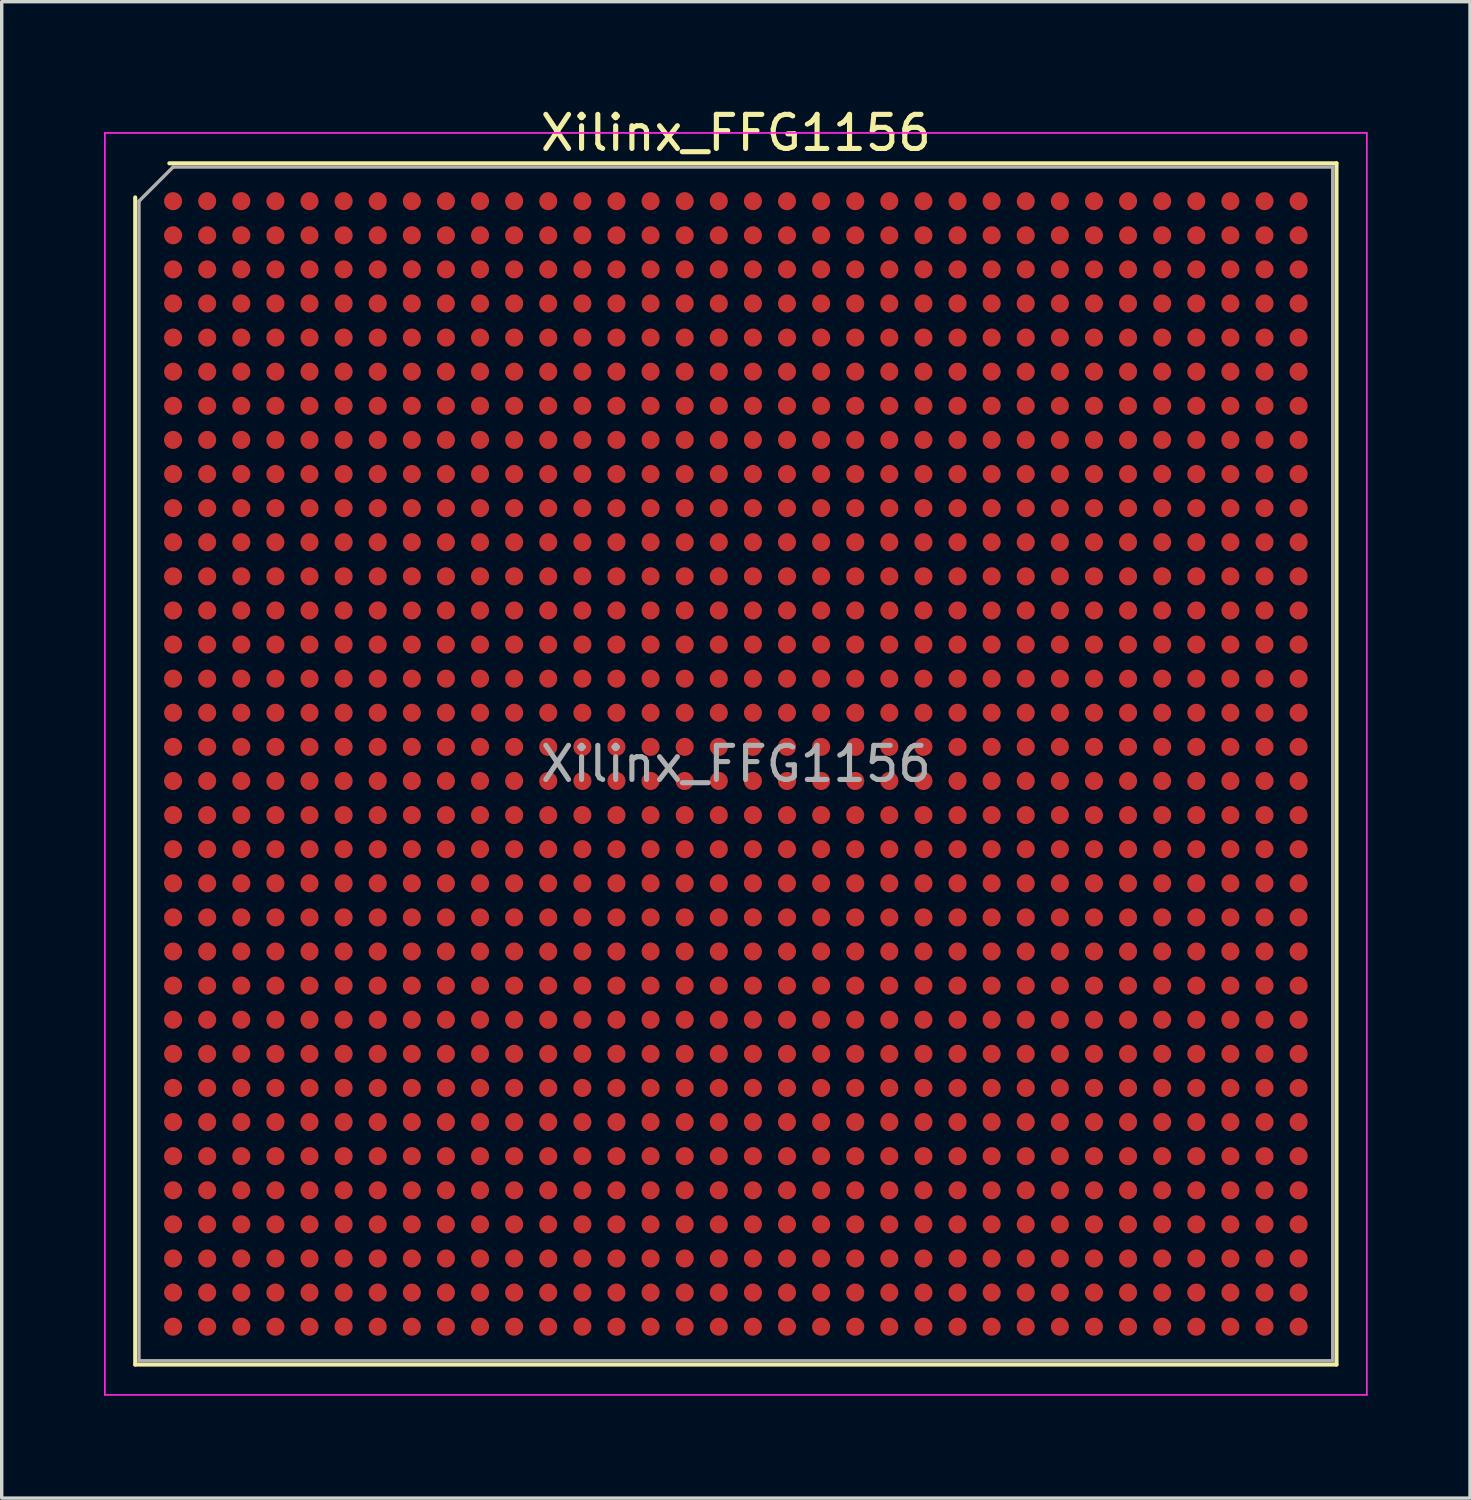
<source format=kicad_pcb>
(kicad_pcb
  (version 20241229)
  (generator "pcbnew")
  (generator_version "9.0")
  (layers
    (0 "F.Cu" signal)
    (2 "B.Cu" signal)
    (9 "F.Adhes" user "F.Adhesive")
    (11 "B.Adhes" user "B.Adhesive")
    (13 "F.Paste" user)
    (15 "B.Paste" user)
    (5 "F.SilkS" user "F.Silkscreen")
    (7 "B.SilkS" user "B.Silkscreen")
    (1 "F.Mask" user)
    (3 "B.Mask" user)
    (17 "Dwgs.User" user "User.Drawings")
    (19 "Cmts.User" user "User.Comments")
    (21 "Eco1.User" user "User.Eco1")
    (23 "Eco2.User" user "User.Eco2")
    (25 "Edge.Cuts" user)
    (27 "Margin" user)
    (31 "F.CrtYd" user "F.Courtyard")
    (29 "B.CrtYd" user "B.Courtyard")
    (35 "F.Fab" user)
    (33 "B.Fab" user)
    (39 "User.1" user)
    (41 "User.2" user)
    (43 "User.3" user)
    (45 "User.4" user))
  (footprint "Xilinx_FFG1156"
    (layer "F.Cu")
    (at 18.525 19.348)
    (property "Reference" "Xilinx_FFG1156" (at 0 -18.5 0) (layer "F.SilkS") (effects (font (size 1 1) (thickness 0.15))))
    (attr smd)
    (fp_line (start -17.61 17.61) (end -17.61 -16.61) (stroke (width 0.12) (type solid)) (layer "F.SilkS"))
    (fp_line (start -16.61 -17.61) (end 17.61 -17.61) (stroke (width 0.12) (type solid)) (layer "F.SilkS"))
    (fp_line (start 17.61 -17.61) (end 17.61 17.61) (stroke (width 0.12) (type solid)) (layer "F.SilkS"))
    (fp_line (start 17.61 17.61) (end -17.61 17.61) (stroke (width 0.12) (type solid)) (layer "F.SilkS"))
    (fp_line (start -18.5 -18.5) (end -18.5 18.5) (stroke (width 0.05) (type solid)) (layer "F.CrtYd"))
    (fp_line (start -18.5 18.5) (end 18.5 18.5) (stroke (width 0.05) (type solid)) (layer "F.CrtYd"))
    (fp_line (start 18.5 -18.5) (end -18.5 -18.5) (stroke (width 0.05) (type solid)) (layer "F.CrtYd"))
    (fp_line (start 18.5 18.5) (end 18.5 -18.5) (stroke (width 0.05) (type solid)) (layer "F.CrtYd"))
    (fp_line (start -17.5 -16.5) (end -16.5 -17.5) (stroke (width 0.1) (type solid)) (layer "F.Fab"))
    (fp_line (start -17.5 17.5) (end -17.5 -16.5) (stroke (width 0.1) (type solid)) (layer "F.Fab"))
    (fp_line (start -16.5 -17.5) (end 17.5 -17.5) (stroke (width 0.1) (type solid)) (layer "F.Fab"))
    (fp_line (start 17.5 -17.5) (end 17.5 17.5) (stroke (width 0.1) (type solid)) (layer "F.Fab"))
    (fp_line (start 17.5 17.5) (end -17.5 17.5) (stroke (width 0.1) (type solid)) (layer "F.Fab"))
    (fp_text user "${REFERENCE}" (at 0 0 0) (layer "F.Fab") (effects (font (size 1 1) (thickness 0.15))))
    (pad "A1" smd circle (at -16.5 -16.5) (size 0.53 0.53) (layers "F.Cu" "F.Mask" "F.Paste"))
    (pad "A2" smd circle (at -15.5 -16.5) (size 0.53 0.53) (layers "F.Cu" "F.Mask" "F.Paste"))
    (pad "A3" smd circle (at -14.5 -16.5) (size 0.53 0.53) (layers "F.Cu" "F.Mask" "F.Paste"))
    (pad "A4" smd circle (at -13.5 -16.5) (size 0.53 0.53) (layers "F.Cu" "F.Mask" "F.Paste"))
    (pad "A5" smd circle (at -12.5 -16.5) (size 0.53 0.53) (layers "F.Cu" "F.Mask" "F.Paste"))
    (pad "A6" smd circle (at -11.5 -16.5) (size 0.53 0.53) (layers "F.Cu" "F.Mask" "F.Paste"))
    (pad "A7" smd circle (at -10.5 -16.5) (size 0.53 0.53) (layers "F.Cu" "F.Mask" "F.Paste"))
    (pad "A8" smd circle (at -9.5 -16.5) (size 0.53 0.53) (layers "F.Cu" "F.Mask" "F.Paste"))
    (pad "A9" smd circle (at -8.5 -16.5) (size 0.53 0.53) (layers "F.Cu" "F.Mask" "F.Paste"))
    (pad "A10" smd circle (at -7.5 -16.5) (size 0.53 0.53) (layers "F.Cu" "F.Mask" "F.Paste"))
    (pad "A11" smd circle (at -6.5 -16.5) (size 0.53 0.53) (layers "F.Cu" "F.Mask" "F.Paste"))
    (pad "A12" smd circle (at -5.5 -16.5) (size 0.53 0.53) (layers "F.Cu" "F.Mask" "F.Paste"))
    (pad "A13" smd circle (at -4.5 -16.5) (size 0.53 0.53) (layers "F.Cu" "F.Mask" "F.Paste"))
    (pad "A14" smd circle (at -3.5 -16.5) (size 0.53 0.53) (layers "F.Cu" "F.Mask" "F.Paste"))
    (pad "A15" smd circle (at -2.5 -16.5) (size 0.53 0.53) (layers "F.Cu" "F.Mask" "F.Paste"))
    (pad "A16" smd circle (at -1.5 -16.5) (size 0.53 0.53) (layers "F.Cu" "F.Mask" "F.Paste"))
    (pad "A17" smd circle (at -0.5 -16.5) (size 0.53 0.53) (layers "F.Cu" "F.Mask" "F.Paste"))
    (pad "A18" smd circle (at 0.5 -16.5) (size 0.53 0.53) (layers "F.Cu" "F.Mask" "F.Paste"))
    (pad "A19" smd circle (at 1.5 -16.5) (size 0.53 0.53) (layers "F.Cu" "F.Mask" "F.Paste"))
    (pad "A20" smd circle (at 2.5 -16.5) (size 0.53 0.53) (layers "F.Cu" "F.Mask" "F.Paste"))
    (pad "A21" smd circle (at 3.5 -16.5) (size 0.53 0.53) (layers "F.Cu" "F.Mask" "F.Paste"))
    (pad "A22" smd circle (at 4.5 -16.5) (size 0.53 0.53) (layers "F.Cu" "F.Mask" "F.Paste"))
    (pad "A23" smd circle (at 5.5 -16.5) (size 0.53 0.53) (layers "F.Cu" "F.Mask" "F.Paste"))
    (pad "A24" smd circle (at 6.5 -16.5) (size 0.53 0.53) (layers "F.Cu" "F.Mask" "F.Paste"))
    (pad "A25" smd circle (at 7.5 -16.5) (size 0.53 0.53) (layers "F.Cu" "F.Mask" "F.Paste"))
    (pad "A26" smd circle (at 8.5 -16.5) (size 0.53 0.53) (layers "F.Cu" "F.Mask" "F.Paste"))
    (pad "A27" smd circle (at 9.5 -16.5) (size 0.53 0.53) (layers "F.Cu" "F.Mask" "F.Paste"))
    (pad "A28" smd circle (at 10.5 -16.5) (size 0.53 0.53) (layers "F.Cu" "F.Mask" "F.Paste"))
    (pad "A29" smd circle (at 11.5 -16.5) (size 0.53 0.53) (layers "F.Cu" "F.Mask" "F.Paste"))
    (pad "A30" smd circle (at 12.5 -16.5) (size 0.53 0.53) (layers "F.Cu" "F.Mask" "F.Paste"))
    (pad "A31" smd circle (at 13.5 -16.5) (size 0.53 0.53) (layers "F.Cu" "F.Mask" "F.Paste"))
    (pad "A32" smd circle (at 14.5 -16.5) (size 0.53 0.53) (layers "F.Cu" "F.Mask" "F.Paste"))
    (pad "A33" smd circle (at 15.5 -16.5) (size 0.53 0.53) (layers "F.Cu" "F.Mask" "F.Paste"))
    (pad "A34" smd circle (at 16.5 -16.5) (size 0.53 0.53) (layers "F.Cu" "F.Mask" "F.Paste"))
    (pad "AA1" smd circle (at -16.5 3.5) (size 0.53 0.53) (layers "F.Cu" "F.Mask" "F.Paste"))
    (pad "AA2" smd circle (at -15.5 3.5) (size 0.53 0.53) (layers "F.Cu" "F.Mask" "F.Paste"))
    (pad "AA3" smd circle (at -14.5 3.5) (size 0.53 0.53) (layers "F.Cu" "F.Mask" "F.Paste"))
    (pad "AA4" smd circle (at -13.5 3.5) (size 0.53 0.53) (layers "F.Cu" "F.Mask" "F.Paste"))
    (pad "AA5" smd circle (at -12.5 3.5) (size 0.53 0.53) (layers "F.Cu" "F.Mask" "F.Paste"))
    (pad "AA6" smd circle (at -11.5 3.5) (size 0.53 0.53) (layers "F.Cu" "F.Mask" "F.Paste"))
    (pad "AA7" smd circle (at -10.5 3.5) (size 0.53 0.53) (layers "F.Cu" "F.Mask" "F.Paste"))
    (pad "AA8" smd circle (at -9.5 3.5) (size 0.53 0.53) (layers "F.Cu" "F.Mask" "F.Paste"))
    (pad "AA9" smd circle (at -8.5 3.5) (size 0.53 0.53) (layers "F.Cu" "F.Mask" "F.Paste"))
    (pad "AA10" smd circle (at -7.5 3.5) (size 0.53 0.53) (layers "F.Cu" "F.Mask" "F.Paste"))
    (pad "AA11" smd circle (at -6.5 3.5) (size 0.53 0.53) (layers "F.Cu" "F.Mask" "F.Paste"))
    (pad "AA12" smd circle (at -5.5 3.5) (size 0.53 0.53) (layers "F.Cu" "F.Mask" "F.Paste"))
    (pad "AA13" smd circle (at -4.5 3.5) (size 0.53 0.53) (layers "F.Cu" "F.Mask" "F.Paste"))
    (pad "AA14" smd circle (at -3.5 3.5) (size 0.53 0.53) (layers "F.Cu" "F.Mask" "F.Paste"))
    (pad "AA15" smd circle (at -2.5 3.5) (size 0.53 0.53) (layers "F.Cu" "F.Mask" "F.Paste"))
    (pad "AA16" smd circle (at -1.5 3.5) (size 0.53 0.53) (layers "F.Cu" "F.Mask" "F.Paste"))
    (pad "AA17" smd circle (at -0.5 3.5) (size 0.53 0.53) (layers "F.Cu" "F.Mask" "F.Paste"))
    (pad "AA18" smd circle (at 0.5 3.5) (size 0.53 0.53) (layers "F.Cu" "F.Mask" "F.Paste"))
    (pad "AA19" smd circle (at 1.5 3.5) (size 0.53 0.53) (layers "F.Cu" "F.Mask" "F.Paste"))
    (pad "AA20" smd circle (at 2.5 3.5) (size 0.53 0.53) (layers "F.Cu" "F.Mask" "F.Paste"))
    (pad "AA21" smd circle (at 3.5 3.5) (size 0.53 0.53) (layers "F.Cu" "F.Mask" "F.Paste"))
    (pad "AA22" smd circle (at 4.5 3.5) (size 0.53 0.53) (layers "F.Cu" "F.Mask" "F.Paste"))
    (pad "AA23" smd circle (at 5.5 3.5) (size 0.53 0.53) (layers "F.Cu" "F.Mask" "F.Paste"))
    (pad "AA24" smd circle (at 6.5 3.5) (size 0.53 0.53) (layers "F.Cu" "F.Mask" "F.Paste"))
    (pad "AA25" smd circle (at 7.5 3.5) (size 0.53 0.53) (layers "F.Cu" "F.Mask" "F.Paste"))
    (pad "AA26" smd circle (at 8.5 3.5) (size 0.53 0.53) (layers "F.Cu" "F.Mask" "F.Paste"))
    (pad "AA27" smd circle (at 9.5 3.5) (size 0.53 0.53) (layers "F.Cu" "F.Mask" "F.Paste"))
    (pad "AA28" smd circle (at 10.5 3.5) (size 0.53 0.53) (layers "F.Cu" "F.Mask" "F.Paste"))
    (pad "AA29" smd circle (at 11.5 3.5) (size 0.53 0.53) (layers "F.Cu" "F.Mask" "F.Paste"))
    (pad "AA30" smd circle (at 12.5 3.5) (size 0.53 0.53) (layers "F.Cu" "F.Mask" "F.Paste"))
    (pad "AA31" smd circle (at 13.5 3.5) (size 0.53 0.53) (layers "F.Cu" "F.Mask" "F.Paste"))
    (pad "AA32" smd circle (at 14.5 3.5) (size 0.53 0.53) (layers "F.Cu" "F.Mask" "F.Paste"))
    (pad "AA33" smd circle (at 15.5 3.5) (size 0.53 0.53) (layers "F.Cu" "F.Mask" "F.Paste"))
    (pad "AA34" smd circle (at 16.5 3.5) (size 0.53 0.53) (layers "F.Cu" "F.Mask" "F.Paste"))
    (pad "AB1" smd circle (at -16.5 4.5) (size 0.53 0.53) (layers "F.Cu" "F.Mask" "F.Paste"))
    (pad "AB2" smd circle (at -15.5 4.5) (size 0.53 0.53) (layers "F.Cu" "F.Mask" "F.Paste"))
    (pad "AB3" smd circle (at -14.5 4.5) (size 0.53 0.53) (layers "F.Cu" "F.Mask" "F.Paste"))
    (pad "AB4" smd circle (at -13.5 4.5) (size 0.53 0.53) (layers "F.Cu" "F.Mask" "F.Paste"))
    (pad "AB5" smd circle (at -12.5 4.5) (size 0.53 0.53) (layers "F.Cu" "F.Mask" "F.Paste"))
    (pad "AB6" smd circle (at -11.5 4.5) (size 0.53 0.53) (layers "F.Cu" "F.Mask" "F.Paste"))
    (pad "AB7" smd circle (at -10.5 4.5) (size 0.53 0.53) (layers "F.Cu" "F.Mask" "F.Paste"))
    (pad "AB8" smd circle (at -9.5 4.5) (size 0.53 0.53) (layers "F.Cu" "F.Mask" "F.Paste"))
    (pad "AB9" smd circle (at -8.5 4.5) (size 0.53 0.53) (layers "F.Cu" "F.Mask" "F.Paste"))
    (pad "AB10" smd circle (at -7.5 4.5) (size 0.53 0.53) (layers "F.Cu" "F.Mask" "F.Paste"))
    (pad "AB11" smd circle (at -6.5 4.5) (size 0.53 0.53) (layers "F.Cu" "F.Mask" "F.Paste"))
    (pad "AB12" smd circle (at -5.5 4.5) (size 0.53 0.53) (layers "F.Cu" "F.Mask" "F.Paste"))
    (pad "AB13" smd circle (at -4.5 4.5) (size 0.53 0.53) (layers "F.Cu" "F.Mask" "F.Paste"))
    (pad "AB14" smd circle (at -3.5 4.5) (size 0.53 0.53) (layers "F.Cu" "F.Mask" "F.Paste"))
    (pad "AB15" smd circle (at -2.5 4.5) (size 0.53 0.53) (layers "F.Cu" "F.Mask" "F.Paste"))
    (pad "AB16" smd circle (at -1.5 4.5) (size 0.53 0.53) (layers "F.Cu" "F.Mask" "F.Paste"))
    (pad "AB17" smd circle (at -0.5 4.5) (size 0.53 0.53) (layers "F.Cu" "F.Mask" "F.Paste"))
    (pad "AB18" smd circle (at 0.5 4.5) (size 0.53 0.53) (layers "F.Cu" "F.Mask" "F.Paste"))
    (pad "AB19" smd circle (at 1.5 4.5) (size 0.53 0.53) (layers "F.Cu" "F.Mask" "F.Paste"))
    (pad "AB20" smd circle (at 2.5 4.5) (size 0.53 0.53) (layers "F.Cu" "F.Mask" "F.Paste"))
    (pad "AB21" smd circle (at 3.5 4.5) (size 0.53 0.53) (layers "F.Cu" "F.Mask" "F.Paste"))
    (pad "AB22" smd circle (at 4.5 4.5) (size 0.53 0.53) (layers "F.Cu" "F.Mask" "F.Paste"))
    (pad "AB23" smd circle (at 5.5 4.5) (size 0.53 0.53) (layers "F.Cu" "F.Mask" "F.Paste"))
    (pad "AB24" smd circle (at 6.5 4.5) (size 0.53 0.53) (layers "F.Cu" "F.Mask" "F.Paste"))
    (pad "AB25" smd circle (at 7.5 4.5) (size 0.53 0.53) (layers "F.Cu" "F.Mask" "F.Paste"))
    (pad "AB26" smd circle (at 8.5 4.5) (size 0.53 0.53) (layers "F.Cu" "F.Mask" "F.Paste"))
    (pad "AB27" smd circle (at 9.5 4.5) (size 0.53 0.53) (layers "F.Cu" "F.Mask" "F.Paste"))
    (pad "AB28" smd circle (at 10.5 4.5) (size 0.53 0.53) (layers "F.Cu" "F.Mask" "F.Paste"))
    (pad "AB29" smd circle (at 11.5 4.5) (size 0.53 0.53) (layers "F.Cu" "F.Mask" "F.Paste"))
    (pad "AB30" smd circle (at 12.5 4.5) (size 0.53 0.53) (layers "F.Cu" "F.Mask" "F.Paste"))
    (pad "AB31" smd circle (at 13.5 4.5) (size 0.53 0.53) (layers "F.Cu" "F.Mask" "F.Paste"))
    (pad "AB32" smd circle (at 14.5 4.5) (size 0.53 0.53) (layers "F.Cu" "F.Mask" "F.Paste"))
    (pad "AB33" smd circle (at 15.5 4.5) (size 0.53 0.53) (layers "F.Cu" "F.Mask" "F.Paste"))
    (pad "AB34" smd circle (at 16.5 4.5) (size 0.53 0.53) (layers "F.Cu" "F.Mask" "F.Paste"))
    (pad "AC1" smd circle (at -16.5 5.5) (size 0.53 0.53) (layers "F.Cu" "F.Mask" "F.Paste"))
    (pad "AC2" smd circle (at -15.5 5.5) (size 0.53 0.53) (layers "F.Cu" "F.Mask" "F.Paste"))
    (pad "AC3" smd circle (at -14.5 5.5) (size 0.53 0.53) (layers "F.Cu" "F.Mask" "F.Paste"))
    (pad "AC4" smd circle (at -13.5 5.5) (size 0.53 0.53) (layers "F.Cu" "F.Mask" "F.Paste"))
    (pad "AC5" smd circle (at -12.5 5.5) (size 0.53 0.53) (layers "F.Cu" "F.Mask" "F.Paste"))
    (pad "AC6" smd circle (at -11.5 5.5) (size 0.53 0.53) (layers "F.Cu" "F.Mask" "F.Paste"))
    (pad "AC7" smd circle (at -10.5 5.5) (size 0.53 0.53) (layers "F.Cu" "F.Mask" "F.Paste"))
    (pad "AC8" smd circle (at -9.5 5.5) (size 0.53 0.53) (layers "F.Cu" "F.Mask" "F.Paste"))
    (pad "AC9" smd circle (at -8.5 5.5) (size 0.53 0.53) (layers "F.Cu" "F.Mask" "F.Paste"))
    (pad "AC10" smd circle (at -7.5 5.5) (size 0.53 0.53) (layers "F.Cu" "F.Mask" "F.Paste"))
    (pad "AC11" smd circle (at -6.5 5.5) (size 0.53 0.53) (layers "F.Cu" "F.Mask" "F.Paste"))
    (pad "AC12" smd circle (at -5.5 5.5) (size 0.53 0.53) (layers "F.Cu" "F.Mask" "F.Paste"))
    (pad "AC13" smd circle (at -4.5 5.5) (size 0.53 0.53) (layers "F.Cu" "F.Mask" "F.Paste"))
    (pad "AC14" smd circle (at -3.5 5.5) (size 0.53 0.53) (layers "F.Cu" "F.Mask" "F.Paste"))
    (pad "AC15" smd circle (at -2.5 5.5) (size 0.53 0.53) (layers "F.Cu" "F.Mask" "F.Paste"))
    (pad "AC16" smd circle (at -1.5 5.5) (size 0.53 0.53) (layers "F.Cu" "F.Mask" "F.Paste"))
    (pad "AC17" smd circle (at -0.5 5.5) (size 0.53 0.53) (layers "F.Cu" "F.Mask" "F.Paste"))
    (pad "AC18" smd circle (at 0.5 5.5) (size 0.53 0.53) (layers "F.Cu" "F.Mask" "F.Paste"))
    (pad "AC19" smd circle (at 1.5 5.5) (size 0.53 0.53) (layers "F.Cu" "F.Mask" "F.Paste"))
    (pad "AC20" smd circle (at 2.5 5.5) (size 0.53 0.53) (layers "F.Cu" "F.Mask" "F.Paste"))
    (pad "AC21" smd circle (at 3.5 5.5) (size 0.53 0.53) (layers "F.Cu" "F.Mask" "F.Paste"))
    (pad "AC22" smd circle (at 4.5 5.5) (size 0.53 0.53) (layers "F.Cu" "F.Mask" "F.Paste"))
    (pad "AC23" smd circle (at 5.5 5.5) (size 0.53 0.53) (layers "F.Cu" "F.Mask" "F.Paste"))
    (pad "AC24" smd circle (at 6.5 5.5) (size 0.53 0.53) (layers "F.Cu" "F.Mask" "F.Paste"))
    (pad "AC25" smd circle (at 7.5 5.5) (size 0.53 0.53) (layers "F.Cu" "F.Mask" "F.Paste"))
    (pad "AC26" smd circle (at 8.5 5.5) (size 0.53 0.53) (layers "F.Cu" "F.Mask" "F.Paste"))
    (pad "AC27" smd circle (at 9.5 5.5) (size 0.53 0.53) (layers "F.Cu" "F.Mask" "F.Paste"))
    (pad "AC28" smd circle (at 10.5 5.5) (size 0.53 0.53) (layers "F.Cu" "F.Mask" "F.Paste"))
    (pad "AC29" smd circle (at 11.5 5.5) (size 0.53 0.53) (layers "F.Cu" "F.Mask" "F.Paste"))
    (pad "AC30" smd circle (at 12.5 5.5) (size 0.53 0.53) (layers "F.Cu" "F.Mask" "F.Paste"))
    (pad "AC31" smd circle (at 13.5 5.5) (size 0.53 0.53) (layers "F.Cu" "F.Mask" "F.Paste"))
    (pad "AC32" smd circle (at 14.5 5.5) (size 0.53 0.53) (layers "F.Cu" "F.Mask" "F.Paste"))
    (pad "AC33" smd circle (at 15.5 5.5) (size 0.53 0.53) (layers "F.Cu" "F.Mask" "F.Paste"))
    (pad "AC34" smd circle (at 16.5 5.5) (size 0.53 0.53) (layers "F.Cu" "F.Mask" "F.Paste"))
    (pad "AD1" smd circle (at -16.5 6.5) (size 0.53 0.53) (layers "F.Cu" "F.Mask" "F.Paste"))
    (pad "AD2" smd circle (at -15.5 6.5) (size 0.53 0.53) (layers "F.Cu" "F.Mask" "F.Paste"))
    (pad "AD3" smd circle (at -14.5 6.5) (size 0.53 0.53) (layers "F.Cu" "F.Mask" "F.Paste"))
    (pad "AD4" smd circle (at -13.5 6.5) (size 0.53 0.53) (layers "F.Cu" "F.Mask" "F.Paste"))
    (pad "AD5" smd circle (at -12.5 6.5) (size 0.53 0.53) (layers "F.Cu" "F.Mask" "F.Paste"))
    (pad "AD6" smd circle (at -11.5 6.5) (size 0.53 0.53) (layers "F.Cu" "F.Mask" "F.Paste"))
    (pad "AD7" smd circle (at -10.5 6.5) (size 0.53 0.53) (layers "F.Cu" "F.Mask" "F.Paste"))
    (pad "AD8" smd circle (at -9.5 6.5) (size 0.53 0.53) (layers "F.Cu" "F.Mask" "F.Paste"))
    (pad "AD9" smd circle (at -8.5 6.5) (size 0.53 0.53) (layers "F.Cu" "F.Mask" "F.Paste"))
    (pad "AD10" smd circle (at -7.5 6.5) (size 0.53 0.53) (layers "F.Cu" "F.Mask" "F.Paste"))
    (pad "AD11" smd circle (at -6.5 6.5) (size 0.53 0.53) (layers "F.Cu" "F.Mask" "F.Paste"))
    (pad "AD12" smd circle (at -5.5 6.5) (size 0.53 0.53) (layers "F.Cu" "F.Mask" "F.Paste"))
    (pad "AD13" smd circle (at -4.5 6.5) (size 0.53 0.53) (layers "F.Cu" "F.Mask" "F.Paste"))
    (pad "AD14" smd circle (at -3.5 6.5) (size 0.53 0.53) (layers "F.Cu" "F.Mask" "F.Paste"))
    (pad "AD15" smd circle (at -2.5 6.5) (size 0.53 0.53) (layers "F.Cu" "F.Mask" "F.Paste"))
    (pad "AD16" smd circle (at -1.5 6.5) (size 0.53 0.53) (layers "F.Cu" "F.Mask" "F.Paste"))
    (pad "AD17" smd circle (at -0.5 6.5) (size 0.53 0.53) (layers "F.Cu" "F.Mask" "F.Paste"))
    (pad "AD18" smd circle (at 0.5 6.5) (size 0.53 0.53) (layers "F.Cu" "F.Mask" "F.Paste"))
    (pad "AD19" smd circle (at 1.5 6.5) (size 0.53 0.53) (layers "F.Cu" "F.Mask" "F.Paste"))
    (pad "AD20" smd circle (at 2.5 6.5) (size 0.53 0.53) (layers "F.Cu" "F.Mask" "F.Paste"))
    (pad "AD21" smd circle (at 3.5 6.5) (size 0.53 0.53) (layers "F.Cu" "F.Mask" "F.Paste"))
    (pad "AD22" smd circle (at 4.5 6.5) (size 0.53 0.53) (layers "F.Cu" "F.Mask" "F.Paste"))
    (pad "AD23" smd circle (at 5.5 6.5) (size 0.53 0.53) (layers "F.Cu" "F.Mask" "F.Paste"))
    (pad "AD24" smd circle (at 6.5 6.5) (size 0.53 0.53) (layers "F.Cu" "F.Mask" "F.Paste"))
    (pad "AD25" smd circle (at 7.5 6.5) (size 0.53 0.53) (layers "F.Cu" "F.Mask" "F.Paste"))
    (pad "AD26" smd circle (at 8.5 6.5) (size 0.53 0.53) (layers "F.Cu" "F.Mask" "F.Paste"))
    (pad "AD27" smd circle (at 9.5 6.5) (size 0.53 0.53) (layers "F.Cu" "F.Mask" "F.Paste"))
    (pad "AD28" smd circle (at 10.5 6.5) (size 0.53 0.53) (layers "F.Cu" "F.Mask" "F.Paste"))
    (pad "AD29" smd circle (at 11.5 6.5) (size 0.53 0.53) (layers "F.Cu" "F.Mask" "F.Paste"))
    (pad "AD30" smd circle (at 12.5 6.5) (size 0.53 0.53) (layers "F.Cu" "F.Mask" "F.Paste"))
    (pad "AD31" smd circle (at 13.5 6.5) (size 0.53 0.53) (layers "F.Cu" "F.Mask" "F.Paste"))
    (pad "AD32" smd circle (at 14.5 6.5) (size 0.53 0.53) (layers "F.Cu" "F.Mask" "F.Paste"))
    (pad "AD33" smd circle (at 15.5 6.5) (size 0.53 0.53) (layers "F.Cu" "F.Mask" "F.Paste"))
    (pad "AD34" smd circle (at 16.5 6.5) (size 0.53 0.53) (layers "F.Cu" "F.Mask" "F.Paste"))
    (pad "AE1" smd circle (at -16.5 7.5) (size 0.53 0.53) (layers "F.Cu" "F.Mask" "F.Paste"))
    (pad "AE2" smd circle (at -15.5 7.5) (size 0.53 0.53) (layers "F.Cu" "F.Mask" "F.Paste"))
    (pad "AE3" smd circle (at -14.5 7.5) (size 0.53 0.53) (layers "F.Cu" "F.Mask" "F.Paste"))
    (pad "AE4" smd circle (at -13.5 7.5) (size 0.53 0.53) (layers "F.Cu" "F.Mask" "F.Paste"))
    (pad "AE5" smd circle (at -12.5 7.5) (size 0.53 0.53) (layers "F.Cu" "F.Mask" "F.Paste"))
    (pad "AE6" smd circle (at -11.5 7.5) (size 0.53 0.53) (layers "F.Cu" "F.Mask" "F.Paste"))
    (pad "AE7" smd circle (at -10.5 7.5) (size 0.53 0.53) (layers "F.Cu" "F.Mask" "F.Paste"))
    (pad "AE8" smd circle (at -9.5 7.5) (size 0.53 0.53) (layers "F.Cu" "F.Mask" "F.Paste"))
    (pad "AE9" smd circle (at -8.5 7.5) (size 0.53 0.53) (layers "F.Cu" "F.Mask" "F.Paste"))
    (pad "AE10" smd circle (at -7.5 7.5) (size 0.53 0.53) (layers "F.Cu" "F.Mask" "F.Paste"))
    (pad "AE11" smd circle (at -6.5 7.5) (size 0.53 0.53) (layers "F.Cu" "F.Mask" "F.Paste"))
    (pad "AE12" smd circle (at -5.5 7.5) (size 0.53 0.53) (layers "F.Cu" "F.Mask" "F.Paste"))
    (pad "AE13" smd circle (at -4.5 7.5) (size 0.53 0.53) (layers "F.Cu" "F.Mask" "F.Paste"))
    (pad "AE14" smd circle (at -3.5 7.5) (size 0.53 0.53) (layers "F.Cu" "F.Mask" "F.Paste"))
    (pad "AE15" smd circle (at -2.5 7.5) (size 0.53 0.53) (layers "F.Cu" "F.Mask" "F.Paste"))
    (pad "AE16" smd circle (at -1.5 7.5) (size 0.53 0.53) (layers "F.Cu" "F.Mask" "F.Paste"))
    (pad "AE17" smd circle (at -0.5 7.5) (size 0.53 0.53) (layers "F.Cu" "F.Mask" "F.Paste"))
    (pad "AE18" smd circle (at 0.5 7.5) (size 0.53 0.53) (layers "F.Cu" "F.Mask" "F.Paste"))
    (pad "AE19" smd circle (at 1.5 7.5) (size 0.53 0.53) (layers "F.Cu" "F.Mask" "F.Paste"))
    (pad "AE20" smd circle (at 2.5 7.5) (size 0.53 0.53) (layers "F.Cu" "F.Mask" "F.Paste"))
    (pad "AE21" smd circle (at 3.5 7.5) (size 0.53 0.53) (layers "F.Cu" "F.Mask" "F.Paste"))
    (pad "AE22" smd circle (at 4.5 7.5) (size 0.53 0.53) (layers "F.Cu" "F.Mask" "F.Paste"))
    (pad "AE23" smd circle (at 5.5 7.5) (size 0.53 0.53) (layers "F.Cu" "F.Mask" "F.Paste"))
    (pad "AE24" smd circle (at 6.5 7.5) (size 0.53 0.53) (layers "F.Cu" "F.Mask" "F.Paste"))
    (pad "AE25" smd circle (at 7.5 7.5) (size 0.53 0.53) (layers "F.Cu" "F.Mask" "F.Paste"))
    (pad "AE26" smd circle (at 8.5 7.5) (size 0.53 0.53) (layers "F.Cu" "F.Mask" "F.Paste"))
    (pad "AE27" smd circle (at 9.5 7.5) (size 0.53 0.53) (layers "F.Cu" "F.Mask" "F.Paste"))
    (pad "AE28" smd circle (at 10.5 7.5) (size 0.53 0.53) (layers "F.Cu" "F.Mask" "F.Paste"))
    (pad "AE29" smd circle (at 11.5 7.5) (size 0.53 0.53) (layers "F.Cu" "F.Mask" "F.Paste"))
    (pad "AE30" smd circle (at 12.5 7.5) (size 0.53 0.53) (layers "F.Cu" "F.Mask" "F.Paste"))
    (pad "AE31" smd circle (at 13.5 7.5) (size 0.53 0.53) (layers "F.Cu" "F.Mask" "F.Paste"))
    (pad "AE32" smd circle (at 14.5 7.5) (size 0.53 0.53) (layers "F.Cu" "F.Mask" "F.Paste"))
    (pad "AE33" smd circle (at 15.5 7.5) (size 0.53 0.53) (layers "F.Cu" "F.Mask" "F.Paste"))
    (pad "AE34" smd circle (at 16.5 7.5) (size 0.53 0.53) (layers "F.Cu" "F.Mask" "F.Paste"))
    (pad "AF1" smd circle (at -16.5 8.5) (size 0.53 0.53) (layers "F.Cu" "F.Mask" "F.Paste"))
    (pad "AF2" smd circle (at -15.5 8.5) (size 0.53 0.53) (layers "F.Cu" "F.Mask" "F.Paste"))
    (pad "AF3" smd circle (at -14.5 8.5) (size 0.53 0.53) (layers "F.Cu" "F.Mask" "F.Paste"))
    (pad "AF4" smd circle (at -13.5 8.5) (size 0.53 0.53) (layers "F.Cu" "F.Mask" "F.Paste"))
    (pad "AF5" smd circle (at -12.5 8.5) (size 0.53 0.53) (layers "F.Cu" "F.Mask" "F.Paste"))
    (pad "AF6" smd circle (at -11.5 8.5) (size 0.53 0.53) (layers "F.Cu" "F.Mask" "F.Paste"))
    (pad "AF7" smd circle (at -10.5 8.5) (size 0.53 0.53) (layers "F.Cu" "F.Mask" "F.Paste"))
    (pad "AF8" smd circle (at -9.5 8.5) (size 0.53 0.53) (layers "F.Cu" "F.Mask" "F.Paste"))
    (pad "AF9" smd circle (at -8.5 8.5) (size 0.53 0.53) (layers "F.Cu" "F.Mask" "F.Paste"))
    (pad "AF10" smd circle (at -7.5 8.5) (size 0.53 0.53) (layers "F.Cu" "F.Mask" "F.Paste"))
    (pad "AF11" smd circle (at -6.5 8.5) (size 0.53 0.53) (layers "F.Cu" "F.Mask" "F.Paste"))
    (pad "AF12" smd circle (at -5.5 8.5) (size 0.53 0.53) (layers "F.Cu" "F.Mask" "F.Paste"))
    (pad "AF13" smd circle (at -4.5 8.5) (size 0.53 0.53) (layers "F.Cu" "F.Mask" "F.Paste"))
    (pad "AF14" smd circle (at -3.5 8.5) (size 0.53 0.53) (layers "F.Cu" "F.Mask" "F.Paste"))
    (pad "AF15" smd circle (at -2.5 8.5) (size 0.53 0.53) (layers "F.Cu" "F.Mask" "F.Paste"))
    (pad "AF16" smd circle (at -1.5 8.5) (size 0.53 0.53) (layers "F.Cu" "F.Mask" "F.Paste"))
    (pad "AF17" smd circle (at -0.5 8.5) (size 0.53 0.53) (layers "F.Cu" "F.Mask" "F.Paste"))
    (pad "AF18" smd circle (at 0.5 8.5) (size 0.53 0.53) (layers "F.Cu" "F.Mask" "F.Paste"))
    (pad "AF19" smd circle (at 1.5 8.5) (size 0.53 0.53) (layers "F.Cu" "F.Mask" "F.Paste"))
    (pad "AF20" smd circle (at 2.5 8.5) (size 0.53 0.53) (layers "F.Cu" "F.Mask" "F.Paste"))
    (pad "AF21" smd circle (at 3.5 8.5) (size 0.53 0.53) (layers "F.Cu" "F.Mask" "F.Paste"))
    (pad "AF22" smd circle (at 4.5 8.5) (size 0.53 0.53) (layers "F.Cu" "F.Mask" "F.Paste"))
    (pad "AF23" smd circle (at 5.5 8.5) (size 0.53 0.53) (layers "F.Cu" "F.Mask" "F.Paste"))
    (pad "AF24" smd circle (at 6.5 8.5) (size 0.53 0.53) (layers "F.Cu" "F.Mask" "F.Paste"))
    (pad "AF25" smd circle (at 7.5 8.5) (size 0.53 0.53) (layers "F.Cu" "F.Mask" "F.Paste"))
    (pad "AF26" smd circle (at 8.5 8.5) (size 0.53 0.53) (layers "F.Cu" "F.Mask" "F.Paste"))
    (pad "AF27" smd circle (at 9.5 8.5) (size 0.53 0.53) (layers "F.Cu" "F.Mask" "F.Paste"))
    (pad "AF28" smd circle (at 10.5 8.5) (size 0.53 0.53) (layers "F.Cu" "F.Mask" "F.Paste"))
    (pad "AF29" smd circle (at 11.5 8.5) (size 0.53 0.53) (layers "F.Cu" "F.Mask" "F.Paste"))
    (pad "AF30" smd circle (at 12.5 8.5) (size 0.53 0.53) (layers "F.Cu" "F.Mask" "F.Paste"))
    (pad "AF31" smd circle (at 13.5 8.5) (size 0.53 0.53) (layers "F.Cu" "F.Mask" "F.Paste"))
    (pad "AF32" smd circle (at 14.5 8.5) (size 0.53 0.53) (layers "F.Cu" "F.Mask" "F.Paste"))
    (pad "AF33" smd circle (at 15.5 8.5) (size 0.53 0.53) (layers "F.Cu" "F.Mask" "F.Paste"))
    (pad "AF34" smd circle (at 16.5 8.5) (size 0.53 0.53) (layers "F.Cu" "F.Mask" "F.Paste"))
    (pad "AG1" smd circle (at -16.5 9.5) (size 0.53 0.53) (layers "F.Cu" "F.Mask" "F.Paste"))
    (pad "AG2" smd circle (at -15.5 9.5) (size 0.53 0.53) (layers "F.Cu" "F.Mask" "F.Paste"))
    (pad "AG3" smd circle (at -14.5 9.5) (size 0.53 0.53) (layers "F.Cu" "F.Mask" "F.Paste"))
    (pad "AG4" smd circle (at -13.5 9.5) (size 0.53 0.53) (layers "F.Cu" "F.Mask" "F.Paste"))
    (pad "AG5" smd circle (at -12.5 9.5) (size 0.53 0.53) (layers "F.Cu" "F.Mask" "F.Paste"))
    (pad "AG6" smd circle (at -11.5 9.5) (size 0.53 0.53) (layers "F.Cu" "F.Mask" "F.Paste"))
    (pad "AG7" smd circle (at -10.5 9.5) (size 0.53 0.53) (layers "F.Cu" "F.Mask" "F.Paste"))
    (pad "AG8" smd circle (at -9.5 9.5) (size 0.53 0.53) (layers "F.Cu" "F.Mask" "F.Paste"))
    (pad "AG9" smd circle (at -8.5 9.5) (size 0.53 0.53) (layers "F.Cu" "F.Mask" "F.Paste"))
    (pad "AG10" smd circle (at -7.5 9.5) (size 0.53 0.53) (layers "F.Cu" "F.Mask" "F.Paste"))
    (pad "AG11" smd circle (at -6.5 9.5) (size 0.53 0.53) (layers "F.Cu" "F.Mask" "F.Paste"))
    (pad "AG12" smd circle (at -5.5 9.5) (size 0.53 0.53) (layers "F.Cu" "F.Mask" "F.Paste"))
    (pad "AG13" smd circle (at -4.5 9.5) (size 0.53 0.53) (layers "F.Cu" "F.Mask" "F.Paste"))
    (pad "AG14" smd circle (at -3.5 9.5) (size 0.53 0.53) (layers "F.Cu" "F.Mask" "F.Paste"))
    (pad "AG15" smd circle (at -2.5 9.5) (size 0.53 0.53) (layers "F.Cu" "F.Mask" "F.Paste"))
    (pad "AG16" smd circle (at -1.5 9.5) (size 0.53 0.53) (layers "F.Cu" "F.Mask" "F.Paste"))
    (pad "AG17" smd circle (at -0.5 9.5) (size 0.53 0.53) (layers "F.Cu" "F.Mask" "F.Paste"))
    (pad "AG18" smd circle (at 0.5 9.5) (size 0.53 0.53) (layers "F.Cu" "F.Mask" "F.Paste"))
    (pad "AG19" smd circle (at 1.5 9.5) (size 0.53 0.53) (layers "F.Cu" "F.Mask" "F.Paste"))
    (pad "AG20" smd circle (at 2.5 9.5) (size 0.53 0.53) (layers "F.Cu" "F.Mask" "F.Paste"))
    (pad "AG21" smd circle (at 3.5 9.5) (size 0.53 0.53) (layers "F.Cu" "F.Mask" "F.Paste"))
    (pad "AG22" smd circle (at 4.5 9.5) (size 0.53 0.53) (layers "F.Cu" "F.Mask" "F.Paste"))
    (pad "AG23" smd circle (at 5.5 9.5) (size 0.53 0.53) (layers "F.Cu" "F.Mask" "F.Paste"))
    (pad "AG24" smd circle (at 6.5 9.5) (size 0.53 0.53) (layers "F.Cu" "F.Mask" "F.Paste"))
    (pad "AG25" smd circle (at 7.5 9.5) (size 0.53 0.53) (layers "F.Cu" "F.Mask" "F.Paste"))
    (pad "AG26" smd circle (at 8.5 9.5) (size 0.53 0.53) (layers "F.Cu" "F.Mask" "F.Paste"))
    (pad "AG27" smd circle (at 9.5 9.5) (size 0.53 0.53) (layers "F.Cu" "F.Mask" "F.Paste"))
    (pad "AG28" smd circle (at 10.5 9.5) (size 0.53 0.53) (layers "F.Cu" "F.Mask" "F.Paste"))
    (pad "AG29" smd circle (at 11.5 9.5) (size 0.53 0.53) (layers "F.Cu" "F.Mask" "F.Paste"))
    (pad "AG30" smd circle (at 12.5 9.5) (size 0.53 0.53) (layers "F.Cu" "F.Mask" "F.Paste"))
    (pad "AG31" smd circle (at 13.5 9.5) (size 0.53 0.53) (layers "F.Cu" "F.Mask" "F.Paste"))
    (pad "AG32" smd circle (at 14.5 9.5) (size 0.53 0.53) (layers "F.Cu" "F.Mask" "F.Paste"))
    (pad "AG33" smd circle (at 15.5 9.5) (size 0.53 0.53) (layers "F.Cu" "F.Mask" "F.Paste"))
    (pad "AG34" smd circle (at 16.5 9.5) (size 0.53 0.53) (layers "F.Cu" "F.Mask" "F.Paste"))
    (pad "AH1" smd circle (at -16.5 10.5) (size 0.53 0.53) (layers "F.Cu" "F.Mask" "F.Paste"))
    (pad "AH2" smd circle (at -15.5 10.5) (size 0.53 0.53) (layers "F.Cu" "F.Mask" "F.Paste"))
    (pad "AH3" smd circle (at -14.5 10.5) (size 0.53 0.53) (layers "F.Cu" "F.Mask" "F.Paste"))
    (pad "AH4" smd circle (at -13.5 10.5) (size 0.53 0.53) (layers "F.Cu" "F.Mask" "F.Paste"))
    (pad "AH5" smd circle (at -12.5 10.5) (size 0.53 0.53) (layers "F.Cu" "F.Mask" "F.Paste"))
    (pad "AH6" smd circle (at -11.5 10.5) (size 0.53 0.53) (layers "F.Cu" "F.Mask" "F.Paste"))
    (pad "AH7" smd circle (at -10.5 10.5) (size 0.53 0.53) (layers "F.Cu" "F.Mask" "F.Paste"))
    (pad "AH8" smd circle (at -9.5 10.5) (size 0.53 0.53) (layers "F.Cu" "F.Mask" "F.Paste"))
    (pad "AH9" smd circle (at -8.5 10.5) (size 0.53 0.53) (layers "F.Cu" "F.Mask" "F.Paste"))
    (pad "AH10" smd circle (at -7.5 10.5) (size 0.53 0.53) (layers "F.Cu" "F.Mask" "F.Paste"))
    (pad "AH11" smd circle (at -6.5 10.5) (size 0.53 0.53) (layers "F.Cu" "F.Mask" "F.Paste"))
    (pad "AH12" smd circle (at -5.5 10.5) (size 0.53 0.53) (layers "F.Cu" "F.Mask" "F.Paste"))
    (pad "AH13" smd circle (at -4.5 10.5) (size 0.53 0.53) (layers "F.Cu" "F.Mask" "F.Paste"))
    (pad "AH14" smd circle (at -3.5 10.5) (size 0.53 0.53) (layers "F.Cu" "F.Mask" "F.Paste"))
    (pad "AH15" smd circle (at -2.5 10.5) (size 0.53 0.53) (layers "F.Cu" "F.Mask" "F.Paste"))
    (pad "AH16" smd circle (at -1.5 10.5) (size 0.53 0.53) (layers "F.Cu" "F.Mask" "F.Paste"))
    (pad "AH17" smd circle (at -0.5 10.5) (size 0.53 0.53) (layers "F.Cu" "F.Mask" "F.Paste"))
    (pad "AH18" smd circle (at 0.5 10.5) (size 0.53 0.53) (layers "F.Cu" "F.Mask" "F.Paste"))
    (pad "AH19" smd circle (at 1.5 10.5) (size 0.53 0.53) (layers "F.Cu" "F.Mask" "F.Paste"))
    (pad "AH20" smd circle (at 2.5 10.5) (size 0.53 0.53) (layers "F.Cu" "F.Mask" "F.Paste"))
    (pad "AH21" smd circle (at 3.5 10.5) (size 0.53 0.53) (layers "F.Cu" "F.Mask" "F.Paste"))
    (pad "AH22" smd circle (at 4.5 10.5) (size 0.53 0.53) (layers "F.Cu" "F.Mask" "F.Paste"))
    (pad "AH23" smd circle (at 5.5 10.5) (size 0.53 0.53) (layers "F.Cu" "F.Mask" "F.Paste"))
    (pad "AH24" smd circle (at 6.5 10.5) (size 0.53 0.53) (layers "F.Cu" "F.Mask" "F.Paste"))
    (pad "AH25" smd circle (at 7.5 10.5) (size 0.53 0.53) (layers "F.Cu" "F.Mask" "F.Paste"))
    (pad "AH26" smd circle (at 8.5 10.5) (size 0.53 0.53) (layers "F.Cu" "F.Mask" "F.Paste"))
    (pad "AH27" smd circle (at 9.5 10.5) (size 0.53 0.53) (layers "F.Cu" "F.Mask" "F.Paste"))
    (pad "AH28" smd circle (at 10.5 10.5) (size 0.53 0.53) (layers "F.Cu" "F.Mask" "F.Paste"))
    (pad "AH29" smd circle (at 11.5 10.5) (size 0.53 0.53) (layers "F.Cu" "F.Mask" "F.Paste"))
    (pad "AH30" smd circle (at 12.5 10.5) (size 0.53 0.53) (layers "F.Cu" "F.Mask" "F.Paste"))
    (pad "AH31" smd circle (at 13.5 10.5) (size 0.53 0.53) (layers "F.Cu" "F.Mask" "F.Paste"))
    (pad "AH32" smd circle (at 14.5 10.5) (size 0.53 0.53) (layers "F.Cu" "F.Mask" "F.Paste"))
    (pad "AH33" smd circle (at 15.5 10.5) (size 0.53 0.53) (layers "F.Cu" "F.Mask" "F.Paste"))
    (pad "AH34" smd circle (at 16.5 10.5) (size 0.53 0.53) (layers "F.Cu" "F.Mask" "F.Paste"))
    (pad "AJ1" smd circle (at -16.5 11.5) (size 0.53 0.53) (layers "F.Cu" "F.Mask" "F.Paste"))
    (pad "AJ2" smd circle (at -15.5 11.5) (size 0.53 0.53) (layers "F.Cu" "F.Mask" "F.Paste"))
    (pad "AJ3" smd circle (at -14.5 11.5) (size 0.53 0.53) (layers "F.Cu" "F.Mask" "F.Paste"))
    (pad "AJ4" smd circle (at -13.5 11.5) (size 0.53 0.53) (layers "F.Cu" "F.Mask" "F.Paste"))
    (pad "AJ5" smd circle (at -12.5 11.5) (size 0.53 0.53) (layers "F.Cu" "F.Mask" "F.Paste"))
    (pad "AJ6" smd circle (at -11.5 11.5) (size 0.53 0.53) (layers "F.Cu" "F.Mask" "F.Paste"))
    (pad "AJ7" smd circle (at -10.5 11.5) (size 0.53 0.53) (layers "F.Cu" "F.Mask" "F.Paste"))
    (pad "AJ8" smd circle (at -9.5 11.5) (size 0.53 0.53) (layers "F.Cu" "F.Mask" "F.Paste"))
    (pad "AJ9" smd circle (at -8.5 11.5) (size 0.53 0.53) (layers "F.Cu" "F.Mask" "F.Paste"))
    (pad "AJ10" smd circle (at -7.5 11.5) (size 0.53 0.53) (layers "F.Cu" "F.Mask" "F.Paste"))
    (pad "AJ11" smd circle (at -6.5 11.5) (size 0.53 0.53) (layers "F.Cu" "F.Mask" "F.Paste"))
    (pad "AJ12" smd circle (at -5.5 11.5) (size 0.53 0.53) (layers "F.Cu" "F.Mask" "F.Paste"))
    (pad "AJ13" smd circle (at -4.5 11.5) (size 0.53 0.53) (layers "F.Cu" "F.Mask" "F.Paste"))
    (pad "AJ14" smd circle (at -3.5 11.5) (size 0.53 0.53) (layers "F.Cu" "F.Mask" "F.Paste"))
    (pad "AJ15" smd circle (at -2.5 11.5) (size 0.53 0.53) (layers "F.Cu" "F.Mask" "F.Paste"))
    (pad "AJ16" smd circle (at -1.5 11.5) (size 0.53 0.53) (layers "F.Cu" "F.Mask" "F.Paste"))
    (pad "AJ17" smd circle (at -0.5 11.5) (size 0.53 0.53) (layers "F.Cu" "F.Mask" "F.Paste"))
    (pad "AJ18" smd circle (at 0.5 11.5) (size 0.53 0.53) (layers "F.Cu" "F.Mask" "F.Paste"))
    (pad "AJ19" smd circle (at 1.5 11.5) (size 0.53 0.53) (layers "F.Cu" "F.Mask" "F.Paste"))
    (pad "AJ20" smd circle (at 2.5 11.5) (size 0.53 0.53) (layers "F.Cu" "F.Mask" "F.Paste"))
    (pad "AJ21" smd circle (at 3.5 11.5) (size 0.53 0.53) (layers "F.Cu" "F.Mask" "F.Paste"))
    (pad "AJ22" smd circle (at 4.5 11.5) (size 0.53 0.53) (layers "F.Cu" "F.Mask" "F.Paste"))
    (pad "AJ23" smd circle (at 5.5 11.5) (size 0.53 0.53) (layers "F.Cu" "F.Mask" "F.Paste"))
    (pad "AJ24" smd circle (at 6.5 11.5) (size 0.53 0.53) (layers "F.Cu" "F.Mask" "F.Paste"))
    (pad "AJ25" smd circle (at 7.5 11.5) (size 0.53 0.53) (layers "F.Cu" "F.Mask" "F.Paste"))
    (pad "AJ26" smd circle (at 8.5 11.5) (size 0.53 0.53) (layers "F.Cu" "F.Mask" "F.Paste"))
    (pad "AJ27" smd circle (at 9.5 11.5) (size 0.53 0.53) (layers "F.Cu" "F.Mask" "F.Paste"))
    (pad "AJ28" smd circle (at 10.5 11.5) (size 0.53 0.53) (layers "F.Cu" "F.Mask" "F.Paste"))
    (pad "AJ29" smd circle (at 11.5 11.5) (size 0.53 0.53) (layers "F.Cu" "F.Mask" "F.Paste"))
    (pad "AJ30" smd circle (at 12.5 11.5) (size 0.53 0.53) (layers "F.Cu" "F.Mask" "F.Paste"))
    (pad "AJ31" smd circle (at 13.5 11.5) (size 0.53 0.53) (layers "F.Cu" "F.Mask" "F.Paste"))
    (pad "AJ32" smd circle (at 14.5 11.5) (size 0.53 0.53) (layers "F.Cu" "F.Mask" "F.Paste"))
    (pad "AJ33" smd circle (at 15.5 11.5) (size 0.53 0.53) (layers "F.Cu" "F.Mask" "F.Paste"))
    (pad "AJ34" smd circle (at 16.5 11.5) (size 0.53 0.53) (layers "F.Cu" "F.Mask" "F.Paste"))
    (pad "AK1" smd circle (at -16.5 12.5) (size 0.53 0.53) (layers "F.Cu" "F.Mask" "F.Paste"))
    (pad "AK2" smd circle (at -15.5 12.5) (size 0.53 0.53) (layers "F.Cu" "F.Mask" "F.Paste"))
    (pad "AK3" smd circle (at -14.5 12.5) (size 0.53 0.53) (layers "F.Cu" "F.Mask" "F.Paste"))
    (pad "AK4" smd circle (at -13.5 12.5) (size 0.53 0.53) (layers "F.Cu" "F.Mask" "F.Paste"))
    (pad "AK5" smd circle (at -12.5 12.5) (size 0.53 0.53) (layers "F.Cu" "F.Mask" "F.Paste"))
    (pad "AK6" smd circle (at -11.5 12.5) (size 0.53 0.53) (layers "F.Cu" "F.Mask" "F.Paste"))
    (pad "AK7" smd circle (at -10.5 12.5) (size 0.53 0.53) (layers "F.Cu" "F.Mask" "F.Paste"))
    (pad "AK8" smd circle (at -9.5 12.5) (size 0.53 0.53) (layers "F.Cu" "F.Mask" "F.Paste"))
    (pad "AK9" smd circle (at -8.5 12.5) (size 0.53 0.53) (layers "F.Cu" "F.Mask" "F.Paste"))
    (pad "AK10" smd circle (at -7.5 12.5) (size 0.53 0.53) (layers "F.Cu" "F.Mask" "F.Paste"))
    (pad "AK11" smd circle (at -6.5 12.5) (size 0.53 0.53) (layers "F.Cu" "F.Mask" "F.Paste"))
    (pad "AK12" smd circle (at -5.5 12.5) (size 0.53 0.53) (layers "F.Cu" "F.Mask" "F.Paste"))
    (pad "AK13" smd circle (at -4.5 12.5) (size 0.53 0.53) (layers "F.Cu" "F.Mask" "F.Paste"))
    (pad "AK14" smd circle (at -3.5 12.5) (size 0.53 0.53) (layers "F.Cu" "F.Mask" "F.Paste"))
    (pad "AK15" smd circle (at -2.5 12.5) (size 0.53 0.53) (layers "F.Cu" "F.Mask" "F.Paste"))
    (pad "AK16" smd circle (at -1.5 12.5) (size 0.53 0.53) (layers "F.Cu" "F.Mask" "F.Paste"))
    (pad "AK17" smd circle (at -0.5 12.5) (size 0.53 0.53) (layers "F.Cu" "F.Mask" "F.Paste"))
    (pad "AK18" smd circle (at 0.5 12.5) (size 0.53 0.53) (layers "F.Cu" "F.Mask" "F.Paste"))
    (pad "AK19" smd circle (at 1.5 12.5) (size 0.53 0.53) (layers "F.Cu" "F.Mask" "F.Paste"))
    (pad "AK20" smd circle (at 2.5 12.5) (size 0.53 0.53) (layers "F.Cu" "F.Mask" "F.Paste"))
    (pad "AK21" smd circle (at 3.5 12.5) (size 0.53 0.53) (layers "F.Cu" "F.Mask" "F.Paste"))
    (pad "AK22" smd circle (at 4.5 12.5) (size 0.53 0.53) (layers "F.Cu" "F.Mask" "F.Paste"))
    (pad "AK23" smd circle (at 5.5 12.5) (size 0.53 0.53) (layers "F.Cu" "F.Mask" "F.Paste"))
    (pad "AK24" smd circle (at 6.5 12.5) (size 0.53 0.53) (layers "F.Cu" "F.Mask" "F.Paste"))
    (pad "AK25" smd circle (at 7.5 12.5) (size 0.53 0.53) (layers "F.Cu" "F.Mask" "F.Paste"))
    (pad "AK26" smd circle (at 8.5 12.5) (size 0.53 0.53) (layers "F.Cu" "F.Mask" "F.Paste"))
    (pad "AK27" smd circle (at 9.5 12.5) (size 0.53 0.53) (layers "F.Cu" "F.Mask" "F.Paste"))
    (pad "AK28" smd circle (at 10.5 12.5) (size 0.53 0.53) (layers "F.Cu" "F.Mask" "F.Paste"))
    (pad "AK29" smd circle (at 11.5 12.5) (size 0.53 0.53) (layers "F.Cu" "F.Mask" "F.Paste"))
    (pad "AK30" smd circle (at 12.5 12.5) (size 0.53 0.53) (layers "F.Cu" "F.Mask" "F.Paste"))
    (pad "AK31" smd circle (at 13.5 12.5) (size 0.53 0.53) (layers "F.Cu" "F.Mask" "F.Paste"))
    (pad "AK32" smd circle (at 14.5 12.5) (size 0.53 0.53) (layers "F.Cu" "F.Mask" "F.Paste"))
    (pad "AK33" smd circle (at 15.5 12.5) (size 0.53 0.53) (layers "F.Cu" "F.Mask" "F.Paste"))
    (pad "AK34" smd circle (at 16.5 12.5) (size 0.53 0.53) (layers "F.Cu" "F.Mask" "F.Paste"))
    (pad "AL1" smd circle (at -16.5 13.5) (size 0.53 0.53) (layers "F.Cu" "F.Mask" "F.Paste"))
    (pad "AL2" smd circle (at -15.5 13.5) (size 0.53 0.53) (layers "F.Cu" "F.Mask" "F.Paste"))
    (pad "AL3" smd circle (at -14.5 13.5) (size 0.53 0.53) (layers "F.Cu" "F.Mask" "F.Paste"))
    (pad "AL4" smd circle (at -13.5 13.5) (size 0.53 0.53) (layers "F.Cu" "F.Mask" "F.Paste"))
    (pad "AL5" smd circle (at -12.5 13.5) (size 0.53 0.53) (layers "F.Cu" "F.Mask" "F.Paste"))
    (pad "AL6" smd circle (at -11.5 13.5) (size 0.53 0.53) (layers "F.Cu" "F.Mask" "F.Paste"))
    (pad "AL7" smd circle (at -10.5 13.5) (size 0.53 0.53) (layers "F.Cu" "F.Mask" "F.Paste"))
    (pad "AL8" smd circle (at -9.5 13.5) (size 0.53 0.53) (layers "F.Cu" "F.Mask" "F.Paste"))
    (pad "AL9" smd circle (at -8.5 13.5) (size 0.53 0.53) (layers "F.Cu" "F.Mask" "F.Paste"))
    (pad "AL10" smd circle (at -7.5 13.5) (size 0.53 0.53) (layers "F.Cu" "F.Mask" "F.Paste"))
    (pad "AL11" smd circle (at -6.5 13.5) (size 0.53 0.53) (layers "F.Cu" "F.Mask" "F.Paste"))
    (pad "AL12" smd circle (at -5.5 13.5) (size 0.53 0.53) (layers "F.Cu" "F.Mask" "F.Paste"))
    (pad "AL13" smd circle (at -4.5 13.5) (size 0.53 0.53) (layers "F.Cu" "F.Mask" "F.Paste"))
    (pad "AL14" smd circle (at -3.5 13.5) (size 0.53 0.53) (layers "F.Cu" "F.Mask" "F.Paste"))
    (pad "AL15" smd circle (at -2.5 13.5) (size 0.53 0.53) (layers "F.Cu" "F.Mask" "F.Paste"))
    (pad "AL16" smd circle (at -1.5 13.5) (size 0.53 0.53) (layers "F.Cu" "F.Mask" "F.Paste"))
    (pad "AL17" smd circle (at -0.5 13.5) (size 0.53 0.53) (layers "F.Cu" "F.Mask" "F.Paste"))
    (pad "AL18" smd circle (at 0.5 13.5) (size 0.53 0.53) (layers "F.Cu" "F.Mask" "F.Paste"))
    (pad "AL19" smd circle (at 1.5 13.5) (size 0.53 0.53) (layers "F.Cu" "F.Mask" "F.Paste"))
    (pad "AL20" smd circle (at 2.5 13.5) (size 0.53 0.53) (layers "F.Cu" "F.Mask" "F.Paste"))
    (pad "AL21" smd circle (at 3.5 13.5) (size 0.53 0.53) (layers "F.Cu" "F.Mask" "F.Paste"))
    (pad "AL22" smd circle (at 4.5 13.5) (size 0.53 0.53) (layers "F.Cu" "F.Mask" "F.Paste"))
    (pad "AL23" smd circle (at 5.5 13.5) (size 0.53 0.53) (layers "F.Cu" "F.Mask" "F.Paste"))
    (pad "AL24" smd circle (at 6.5 13.5) (size 0.53 0.53) (layers "F.Cu" "F.Mask" "F.Paste"))
    (pad "AL25" smd circle (at 7.5 13.5) (size 0.53 0.53) (layers "F.Cu" "F.Mask" "F.Paste"))
    (pad "AL26" smd circle (at 8.5 13.5) (size 0.53 0.53) (layers "F.Cu" "F.Mask" "F.Paste"))
    (pad "AL27" smd circle (at 9.5 13.5) (size 0.53 0.53) (layers "F.Cu" "F.Mask" "F.Paste"))
    (pad "AL28" smd circle (at 10.5 13.5) (size 0.53 0.53) (layers "F.Cu" "F.Mask" "F.Paste"))
    (pad "AL29" smd circle (at 11.5 13.5) (size 0.53 0.53) (layers "F.Cu" "F.Mask" "F.Paste"))
    (pad "AL30" smd circle (at 12.5 13.5) (size 0.53 0.53) (layers "F.Cu" "F.Mask" "F.Paste"))
    (pad "AL31" smd circle (at 13.5 13.5) (size 0.53 0.53) (layers "F.Cu" "F.Mask" "F.Paste"))
    (pad "AL32" smd circle (at 14.5 13.5) (size 0.53 0.53) (layers "F.Cu" "F.Mask" "F.Paste"))
    (pad "AL33" smd circle (at 15.5 13.5) (size 0.53 0.53) (layers "F.Cu" "F.Mask" "F.Paste"))
    (pad "AL34" smd circle (at 16.5 13.5) (size 0.53 0.53) (layers "F.Cu" "F.Mask" "F.Paste"))
    (pad "AM1" smd circle (at -16.5 14.5) (size 0.53 0.53) (layers "F.Cu" "F.Mask" "F.Paste"))
    (pad "AM2" smd circle (at -15.5 14.5) (size 0.53 0.53) (layers "F.Cu" "F.Mask" "F.Paste"))
    (pad "AM3" smd circle (at -14.5 14.5) (size 0.53 0.53) (layers "F.Cu" "F.Mask" "F.Paste"))
    (pad "AM4" smd circle (at -13.5 14.5) (size 0.53 0.53) (layers "F.Cu" "F.Mask" "F.Paste"))
    (pad "AM5" smd circle (at -12.5 14.5) (size 0.53 0.53) (layers "F.Cu" "F.Mask" "F.Paste"))
    (pad "AM6" smd circle (at -11.5 14.5) (size 0.53 0.53) (layers "F.Cu" "F.Mask" "F.Paste"))
    (pad "AM7" smd circle (at -10.5 14.5) (size 0.53 0.53) (layers "F.Cu" "F.Mask" "F.Paste"))
    (pad "AM8" smd circle (at -9.5 14.5) (size 0.53 0.53) (layers "F.Cu" "F.Mask" "F.Paste"))
    (pad "AM9" smd circle (at -8.5 14.5) (size 0.53 0.53) (layers "F.Cu" "F.Mask" "F.Paste"))
    (pad "AM10" smd circle (at -7.5 14.5) (size 0.53 0.53) (layers "F.Cu" "F.Mask" "F.Paste"))
    (pad "AM11" smd circle (at -6.5 14.5) (size 0.53 0.53) (layers "F.Cu" "F.Mask" "F.Paste"))
    (pad "AM12" smd circle (at -5.5 14.5) (size 0.53 0.53) (layers "F.Cu" "F.Mask" "F.Paste"))
    (pad "AM13" smd circle (at -4.5 14.5) (size 0.53 0.53) (layers "F.Cu" "F.Mask" "F.Paste"))
    (pad "AM14" smd circle (at -3.5 14.5) (size 0.53 0.53) (layers "F.Cu" "F.Mask" "F.Paste"))
    (pad "AM15" smd circle (at -2.5 14.5) (size 0.53 0.53) (layers "F.Cu" "F.Mask" "F.Paste"))
    (pad "AM16" smd circle (at -1.5 14.5) (size 0.53 0.53) (layers "F.Cu" "F.Mask" "F.Paste"))
    (pad "AM17" smd circle (at -0.5 14.5) (size 0.53 0.53) (layers "F.Cu" "F.Mask" "F.Paste"))
    (pad "AM18" smd circle (at 0.5 14.5) (size 0.53 0.53) (layers "F.Cu" "F.Mask" "F.Paste"))
    (pad "AM19" smd circle (at 1.5 14.5) (size 0.53 0.53) (layers "F.Cu" "F.Mask" "F.Paste"))
    (pad "AM20" smd circle (at 2.5 14.5) (size 0.53 0.53) (layers "F.Cu" "F.Mask" "F.Paste"))
    (pad "AM21" smd circle (at 3.5 14.5) (size 0.53 0.53) (layers "F.Cu" "F.Mask" "F.Paste"))
    (pad "AM22" smd circle (at 4.5 14.5) (size 0.53 0.53) (layers "F.Cu" "F.Mask" "F.Paste"))
    (pad "AM23" smd circle (at 5.5 14.5) (size 0.53 0.53) (layers "F.Cu" "F.Mask" "F.Paste"))
    (pad "AM24" smd circle (at 6.5 14.5) (size 0.53 0.53) (layers "F.Cu" "F.Mask" "F.Paste"))
    (pad "AM25" smd circle (at 7.5 14.5) (size 0.53 0.53) (layers "F.Cu" "F.Mask" "F.Paste"))
    (pad "AM26" smd circle (at 8.5 14.5) (size 0.53 0.53) (layers "F.Cu" "F.Mask" "F.Paste"))
    (pad "AM27" smd circle (at 9.5 14.5) (size 0.53 0.53) (layers "F.Cu" "F.Mask" "F.Paste"))
    (pad "AM28" smd circle (at 10.5 14.5) (size 0.53 0.53) (layers "F.Cu" "F.Mask" "F.Paste"))
    (pad "AM29" smd circle (at 11.5 14.5) (size 0.53 0.53) (layers "F.Cu" "F.Mask" "F.Paste"))
    (pad "AM30" smd circle (at 12.5 14.5) (size 0.53 0.53) (layers "F.Cu" "F.Mask" "F.Paste"))
    (pad "AM31" smd circle (at 13.5 14.5) (size 0.53 0.53) (layers "F.Cu" "F.Mask" "F.Paste"))
    (pad "AM32" smd circle (at 14.5 14.5) (size 0.53 0.53) (layers "F.Cu" "F.Mask" "F.Paste"))
    (pad "AM33" smd circle (at 15.5 14.5) (size 0.53 0.53) (layers "F.Cu" "F.Mask" "F.Paste"))
    (pad "AM34" smd circle (at 16.5 14.5) (size 0.53 0.53) (layers "F.Cu" "F.Mask" "F.Paste"))
    (pad "AN1" smd circle (at -16.5 15.5) (size 0.53 0.53) (layers "F.Cu" "F.Mask" "F.Paste"))
    (pad "AN2" smd circle (at -15.5 15.5) (size 0.53 0.53) (layers "F.Cu" "F.Mask" "F.Paste"))
    (pad "AN3" smd circle (at -14.5 15.5) (size 0.53 0.53) (layers "F.Cu" "F.Mask" "F.Paste"))
    (pad "AN4" smd circle (at -13.5 15.5) (size 0.53 0.53) (layers "F.Cu" "F.Mask" "F.Paste"))
    (pad "AN5" smd circle (at -12.5 15.5) (size 0.53 0.53) (layers "F.Cu" "F.Mask" "F.Paste"))
    (pad "AN6" smd circle (at -11.5 15.5) (size 0.53 0.53) (layers "F.Cu" "F.Mask" "F.Paste"))
    (pad "AN7" smd circle (at -10.5 15.5) (size 0.53 0.53) (layers "F.Cu" "F.Mask" "F.Paste"))
    (pad "AN8" smd circle (at -9.5 15.5) (size 0.53 0.53) (layers "F.Cu" "F.Mask" "F.Paste"))
    (pad "AN9" smd circle (at -8.5 15.5) (size 0.53 0.53) (layers "F.Cu" "F.Mask" "F.Paste"))
    (pad "AN10" smd circle (at -7.5 15.5) (size 0.53 0.53) (layers "F.Cu" "F.Mask" "F.Paste"))
    (pad "AN11" smd circle (at -6.5 15.5) (size 0.53 0.53) (layers "F.Cu" "F.Mask" "F.Paste"))
    (pad "AN12" smd circle (at -5.5 15.5) (size 0.53 0.53) (layers "F.Cu" "F.Mask" "F.Paste"))
    (pad "AN13" smd circle (at -4.5 15.5) (size 0.53 0.53) (layers "F.Cu" "F.Mask" "F.Paste"))
    (pad "AN14" smd circle (at -3.5 15.5) (size 0.53 0.53) (layers "F.Cu" "F.Mask" "F.Paste"))
    (pad "AN15" smd circle (at -2.5 15.5) (size 0.53 0.53) (layers "F.Cu" "F.Mask" "F.Paste"))
    (pad "AN16" smd circle (at -1.5 15.5) (size 0.53 0.53) (layers "F.Cu" "F.Mask" "F.Paste"))
    (pad "AN17" smd circle (at -0.5 15.5) (size 0.53 0.53) (layers "F.Cu" "F.Mask" "F.Paste"))
    (pad "AN18" smd circle (at 0.5 15.5) (size 0.53 0.53) (layers "F.Cu" "F.Mask" "F.Paste"))
    (pad "AN19" smd circle (at 1.5 15.5) (size 0.53 0.53) (layers "F.Cu" "F.Mask" "F.Paste"))
    (pad "AN20" smd circle (at 2.5 15.5) (size 0.53 0.53) (layers "F.Cu" "F.Mask" "F.Paste"))
    (pad "AN21" smd circle (at 3.5 15.5) (size 0.53 0.53) (layers "F.Cu" "F.Mask" "F.Paste"))
    (pad "AN22" smd circle (at 4.5 15.5) (size 0.53 0.53) (layers "F.Cu" "F.Mask" "F.Paste"))
    (pad "AN23" smd circle (at 5.5 15.5) (size 0.53 0.53) (layers "F.Cu" "F.Mask" "F.Paste"))
    (pad "AN24" smd circle (at 6.5 15.5) (size 0.53 0.53) (layers "F.Cu" "F.Mask" "F.Paste"))
    (pad "AN25" smd circle (at 7.5 15.5) (size 0.53 0.53) (layers "F.Cu" "F.Mask" "F.Paste"))
    (pad "AN26" smd circle (at 8.5 15.5) (size 0.53 0.53) (layers "F.Cu" "F.Mask" "F.Paste"))
    (pad "AN27" smd circle (at 9.5 15.5) (size 0.53 0.53) (layers "F.Cu" "F.Mask" "F.Paste"))
    (pad "AN28" smd circle (at 10.5 15.5) (size 0.53 0.53) (layers "F.Cu" "F.Mask" "F.Paste"))
    (pad "AN29" smd circle (at 11.5 15.5) (size 0.53 0.53) (layers "F.Cu" "F.Mask" "F.Paste"))
    (pad "AN30" smd circle (at 12.5 15.5) (size 0.53 0.53) (layers "F.Cu" "F.Mask" "F.Paste"))
    (pad "AN31" smd circle (at 13.5 15.5) (size 0.53 0.53) (layers "F.Cu" "F.Mask" "F.Paste"))
    (pad "AN32" smd circle (at 14.5 15.5) (size 0.53 0.53) (layers "F.Cu" "F.Mask" "F.Paste"))
    (pad "AN33" smd circle (at 15.5 15.5) (size 0.53 0.53) (layers "F.Cu" "F.Mask" "F.Paste"))
    (pad "AN34" smd circle (at 16.5 15.5) (size 0.53 0.53) (layers "F.Cu" "F.Mask" "F.Paste"))
    (pad "AP1" smd circle (at -16.5 16.5) (size 0.53 0.53) (layers "F.Cu" "F.Mask" "F.Paste"))
    (pad "AP2" smd circle (at -15.5 16.5) (size 0.53 0.53) (layers "F.Cu" "F.Mask" "F.Paste"))
    (pad "AP3" smd circle (at -14.5 16.5) (size 0.53 0.53) (layers "F.Cu" "F.Mask" "F.Paste"))
    (pad "AP4" smd circle (at -13.5 16.5) (size 0.53 0.53) (layers "F.Cu" "F.Mask" "F.Paste"))
    (pad "AP5" smd circle (at -12.5 16.5) (size 0.53 0.53) (layers "F.Cu" "F.Mask" "F.Paste"))
    (pad "AP6" smd circle (at -11.5 16.5) (size 0.53 0.53) (layers "F.Cu" "F.Mask" "F.Paste"))
    (pad "AP7" smd circle (at -10.5 16.5) (size 0.53 0.53) (layers "F.Cu" "F.Mask" "F.Paste"))
    (pad "AP8" smd circle (at -9.5 16.5) (size 0.53 0.53) (layers "F.Cu" "F.Mask" "F.Paste"))
    (pad "AP9" smd circle (at -8.5 16.5) (size 0.53 0.53) (layers "F.Cu" "F.Mask" "F.Paste"))
    (pad "AP10" smd circle (at -7.5 16.5) (size 0.53 0.53) (layers "F.Cu" "F.Mask" "F.Paste"))
    (pad "AP11" smd circle (at -6.5 16.5) (size 0.53 0.53) (layers "F.Cu" "F.Mask" "F.Paste"))
    (pad "AP12" smd circle (at -5.5 16.5) (size 0.53 0.53) (layers "F.Cu" "F.Mask" "F.Paste"))
    (pad "AP13" smd circle (at -4.5 16.5) (size 0.53 0.53) (layers "F.Cu" "F.Mask" "F.Paste"))
    (pad "AP14" smd circle (at -3.5 16.5) (size 0.53 0.53) (layers "F.Cu" "F.Mask" "F.Paste"))
    (pad "AP15" smd circle (at -2.5 16.5) (size 0.53 0.53) (layers "F.Cu" "F.Mask" "F.Paste"))
    (pad "AP16" smd circle (at -1.5 16.5) (size 0.53 0.53) (layers "F.Cu" "F.Mask" "F.Paste"))
    (pad "AP17" smd circle (at -0.5 16.5) (size 0.53 0.53) (layers "F.Cu" "F.Mask" "F.Paste"))
    (pad "AP18" smd circle (at 0.5 16.5) (size 0.53 0.53) (layers "F.Cu" "F.Mask" "F.Paste"))
    (pad "AP19" smd circle (at 1.5 16.5) (size 0.53 0.53) (layers "F.Cu" "F.Mask" "F.Paste"))
    (pad "AP20" smd circle (at 2.5 16.5) (size 0.53 0.53) (layers "F.Cu" "F.Mask" "F.Paste"))
    (pad "AP21" smd circle (at 3.5 16.5) (size 0.53 0.53) (layers "F.Cu" "F.Mask" "F.Paste"))
    (pad "AP22" smd circle (at 4.5 16.5) (size 0.53 0.53) (layers "F.Cu" "F.Mask" "F.Paste"))
    (pad "AP23" smd circle (at 5.5 16.5) (size 0.53 0.53) (layers "F.Cu" "F.Mask" "F.Paste"))
    (pad "AP24" smd circle (at 6.5 16.5) (size 0.53 0.53) (layers "F.Cu" "F.Mask" "F.Paste"))
    (pad "AP25" smd circle (at 7.5 16.5) (size 0.53 0.53) (layers "F.Cu" "F.Mask" "F.Paste"))
    (pad "AP26" smd circle (at 8.5 16.5) (size 0.53 0.53) (layers "F.Cu" "F.Mask" "F.Paste"))
    (pad "AP27" smd circle (at 9.5 16.5) (size 0.53 0.53) (layers "F.Cu" "F.Mask" "F.Paste"))
    (pad "AP28" smd circle (at 10.5 16.5) (size 0.53 0.53) (layers "F.Cu" "F.Mask" "F.Paste"))
    (pad "AP29" smd circle (at 11.5 16.5) (size 0.53 0.53) (layers "F.Cu" "F.Mask" "F.Paste"))
    (pad "AP30" smd circle (at 12.5 16.5) (size 0.53 0.53) (layers "F.Cu" "F.Mask" "F.Paste"))
    (pad "AP31" smd circle (at 13.5 16.5) (size 0.53 0.53) (layers "F.Cu" "F.Mask" "F.Paste"))
    (pad "AP32" smd circle (at 14.5 16.5) (size 0.53 0.53) (layers "F.Cu" "F.Mask" "F.Paste"))
    (pad "AP33" smd circle (at 15.5 16.5) (size 0.53 0.53) (layers "F.Cu" "F.Mask" "F.Paste"))
    (pad "AP34" smd circle (at 16.5 16.5) (size 0.53 0.53) (layers "F.Cu" "F.Mask" "F.Paste"))
    (pad "B1" smd circle (at -16.5 -15.5) (size 0.53 0.53) (layers "F.Cu" "F.Mask" "F.Paste"))
    (pad "B2" smd circle (at -15.5 -15.5) (size 0.53 0.53) (layers "F.Cu" "F.Mask" "F.Paste"))
    (pad "B3" smd circle (at -14.5 -15.5) (size 0.53 0.53) (layers "F.Cu" "F.Mask" "F.Paste"))
    (pad "B4" smd circle (at -13.5 -15.5) (size 0.53 0.53) (layers "F.Cu" "F.Mask" "F.Paste"))
    (pad "B5" smd circle (at -12.5 -15.5) (size 0.53 0.53) (layers "F.Cu" "F.Mask" "F.Paste"))
    (pad "B6" smd circle (at -11.5 -15.5) (size 0.53 0.53) (layers "F.Cu" "F.Mask" "F.Paste"))
    (pad "B7" smd circle (at -10.5 -15.5) (size 0.53 0.53) (layers "F.Cu" "F.Mask" "F.Paste"))
    (pad "B8" smd circle (at -9.5 -15.5) (size 0.53 0.53) (layers "F.Cu" "F.Mask" "F.Paste"))
    (pad "B9" smd circle (at -8.5 -15.5) (size 0.53 0.53) (layers "F.Cu" "F.Mask" "F.Paste"))
    (pad "B10" smd circle (at -7.5 -15.5) (size 0.53 0.53) (layers "F.Cu" "F.Mask" "F.Paste"))
    (pad "B11" smd circle (at -6.5 -15.5) (size 0.53 0.53) (layers "F.Cu" "F.Mask" "F.Paste"))
    (pad "B12" smd circle (at -5.5 -15.5) (size 0.53 0.53) (layers "F.Cu" "F.Mask" "F.Paste"))
    (pad "B13" smd circle (at -4.5 -15.5) (size 0.53 0.53) (layers "F.Cu" "F.Mask" "F.Paste"))
    (pad "B14" smd circle (at -3.5 -15.5) (size 0.53 0.53) (layers "F.Cu" "F.Mask" "F.Paste"))
    (pad "B15" smd circle (at -2.5 -15.5) (size 0.53 0.53) (layers "F.Cu" "F.Mask" "F.Paste"))
    (pad "B16" smd circle (at -1.5 -15.5) (size 0.53 0.53) (layers "F.Cu" "F.Mask" "F.Paste"))
    (pad "B17" smd circle (at -0.5 -15.5) (size 0.53 0.53) (layers "F.Cu" "F.Mask" "F.Paste"))
    (pad "B18" smd circle (at 0.5 -15.5) (size 0.53 0.53) (layers "F.Cu" "F.Mask" "F.Paste"))
    (pad "B19" smd circle (at 1.5 -15.5) (size 0.53 0.53) (layers "F.Cu" "F.Mask" "F.Paste"))
    (pad "B20" smd circle (at 2.5 -15.5) (size 0.53 0.53) (layers "F.Cu" "F.Mask" "F.Paste"))
    (pad "B21" smd circle (at 3.5 -15.5) (size 0.53 0.53) (layers "F.Cu" "F.Mask" "F.Paste"))
    (pad "B22" smd circle (at 4.5 -15.5) (size 0.53 0.53) (layers "F.Cu" "F.Mask" "F.Paste"))
    (pad "B23" smd circle (at 5.5 -15.5) (size 0.53 0.53) (layers "F.Cu" "F.Mask" "F.Paste"))
    (pad "B24" smd circle (at 6.5 -15.5) (size 0.53 0.53) (layers "F.Cu" "F.Mask" "F.Paste"))
    (pad "B25" smd circle (at 7.5 -15.5) (size 0.53 0.53) (layers "F.Cu" "F.Mask" "F.Paste"))
    (pad "B26" smd circle (at 8.5 -15.5) (size 0.53 0.53) (layers "F.Cu" "F.Mask" "F.Paste"))
    (pad "B27" smd circle (at 9.5 -15.5) (size 0.53 0.53) (layers "F.Cu" "F.Mask" "F.Paste"))
    (pad "B28" smd circle (at 10.5 -15.5) (size 0.53 0.53) (layers "F.Cu" "F.Mask" "F.Paste"))
    (pad "B29" smd circle (at 11.5 -15.5) (size 0.53 0.53) (layers "F.Cu" "F.Mask" "F.Paste"))
    (pad "B30" smd circle (at 12.5 -15.5) (size 0.53 0.53) (layers "F.Cu" "F.Mask" "F.Paste"))
    (pad "B31" smd circle (at 13.5 -15.5) (size 0.53 0.53) (layers "F.Cu" "F.Mask" "F.Paste"))
    (pad "B32" smd circle (at 14.5 -15.5) (size 0.53 0.53) (layers "F.Cu" "F.Mask" "F.Paste"))
    (pad "B33" smd circle (at 15.5 -15.5) (size 0.53 0.53) (layers "F.Cu" "F.Mask" "F.Paste"))
    (pad "B34" smd circle (at 16.5 -15.5) (size 0.53 0.53) (layers "F.Cu" "F.Mask" "F.Paste"))
    (pad "C1" smd circle (at -16.5 -14.5) (size 0.53 0.53) (layers "F.Cu" "F.Mask" "F.Paste"))
    (pad "C2" smd circle (at -15.5 -14.5) (size 0.53 0.53) (layers "F.Cu" "F.Mask" "F.Paste"))
    (pad "C3" smd circle (at -14.5 -14.5) (size 0.53 0.53) (layers "F.Cu" "F.Mask" "F.Paste"))
    (pad "C4" smd circle (at -13.5 -14.5) (size 0.53 0.53) (layers "F.Cu" "F.Mask" "F.Paste"))
    (pad "C5" smd circle (at -12.5 -14.5) (size 0.53 0.53) (layers "F.Cu" "F.Mask" "F.Paste"))
    (pad "C6" smd circle (at -11.5 -14.5) (size 0.53 0.53) (layers "F.Cu" "F.Mask" "F.Paste"))
    (pad "C7" smd circle (at -10.5 -14.5) (size 0.53 0.53) (layers "F.Cu" "F.Mask" "F.Paste"))
    (pad "C8" smd circle (at -9.5 -14.5) (size 0.53 0.53) (layers "F.Cu" "F.Mask" "F.Paste"))
    (pad "C9" smd circle (at -8.5 -14.5) (size 0.53 0.53) (layers "F.Cu" "F.Mask" "F.Paste"))
    (pad "C10" smd circle (at -7.5 -14.5) (size 0.53 0.53) (layers "F.Cu" "F.Mask" "F.Paste"))
    (pad "C11" smd circle (at -6.5 -14.5) (size 0.53 0.53) (layers "F.Cu" "F.Mask" "F.Paste"))
    (pad "C12" smd circle (at -5.5 -14.5) (size 0.53 0.53) (layers "F.Cu" "F.Mask" "F.Paste"))
    (pad "C13" smd circle (at -4.5 -14.5) (size 0.53 0.53) (layers "F.Cu" "F.Mask" "F.Paste"))
    (pad "C14" smd circle (at -3.5 -14.5) (size 0.53 0.53) (layers "F.Cu" "F.Mask" "F.Paste"))
    (pad "C15" smd circle (at -2.5 -14.5) (size 0.53 0.53) (layers "F.Cu" "F.Mask" "F.Paste"))
    (pad "C16" smd circle (at -1.5 -14.5) (size 0.53 0.53) (layers "F.Cu" "F.Mask" "F.Paste"))
    (pad "C17" smd circle (at -0.5 -14.5) (size 0.53 0.53) (layers "F.Cu" "F.Mask" "F.Paste"))
    (pad "C18" smd circle (at 0.5 -14.5) (size 0.53 0.53) (layers "F.Cu" "F.Mask" "F.Paste"))
    (pad "C19" smd circle (at 1.5 -14.5) (size 0.53 0.53) (layers "F.Cu" "F.Mask" "F.Paste"))
    (pad "C20" smd circle (at 2.5 -14.5) (size 0.53 0.53) (layers "F.Cu" "F.Mask" "F.Paste"))
    (pad "C21" smd circle (at 3.5 -14.5) (size 0.53 0.53) (layers "F.Cu" "F.Mask" "F.Paste"))
    (pad "C22" smd circle (at 4.5 -14.5) (size 0.53 0.53) (layers "F.Cu" "F.Mask" "F.Paste"))
    (pad "C23" smd circle (at 5.5 -14.5) (size 0.53 0.53) (layers "F.Cu" "F.Mask" "F.Paste"))
    (pad "C24" smd circle (at 6.5 -14.5) (size 0.53 0.53) (layers "F.Cu" "F.Mask" "F.Paste"))
    (pad "C25" smd circle (at 7.5 -14.5) (size 0.53 0.53) (layers "F.Cu" "F.Mask" "F.Paste"))
    (pad "C26" smd circle (at 8.5 -14.5) (size 0.53 0.53) (layers "F.Cu" "F.Mask" "F.Paste"))
    (pad "C27" smd circle (at 9.5 -14.5) (size 0.53 0.53) (layers "F.Cu" "F.Mask" "F.Paste"))
    (pad "C28" smd circle (at 10.5 -14.5) (size 0.53 0.53) (layers "F.Cu" "F.Mask" "F.Paste"))
    (pad "C29" smd circle (at 11.5 -14.5) (size 0.53 0.53) (layers "F.Cu" "F.Mask" "F.Paste"))
    (pad "C30" smd circle (at 12.5 -14.5) (size 0.53 0.53) (layers "F.Cu" "F.Mask" "F.Paste"))
    (pad "C31" smd circle (at 13.5 -14.5) (size 0.53 0.53) (layers "F.Cu" "F.Mask" "F.Paste"))
    (pad "C32" smd circle (at 14.5 -14.5) (size 0.53 0.53) (layers "F.Cu" "F.Mask" "F.Paste"))
    (pad "C33" smd circle (at 15.5 -14.5) (size 0.53 0.53) (layers "F.Cu" "F.Mask" "F.Paste"))
    (pad "C34" smd circle (at 16.5 -14.5) (size 0.53 0.53) (layers "F.Cu" "F.Mask" "F.Paste"))
    (pad "D1" smd circle (at -16.5 -13.5) (size 0.53 0.53) (layers "F.Cu" "F.Mask" "F.Paste"))
    (pad "D2" smd circle (at -15.5 -13.5) (size 0.53 0.53) (layers "F.Cu" "F.Mask" "F.Paste"))
    (pad "D3" smd circle (at -14.5 -13.5) (size 0.53 0.53) (layers "F.Cu" "F.Mask" "F.Paste"))
    (pad "D4" smd circle (at -13.5 -13.5) (size 0.53 0.53) (layers "F.Cu" "F.Mask" "F.Paste"))
    (pad "D5" smd circle (at -12.5 -13.5) (size 0.53 0.53) (layers "F.Cu" "F.Mask" "F.Paste"))
    (pad "D6" smd circle (at -11.5 -13.5) (size 0.53 0.53) (layers "F.Cu" "F.Mask" "F.Paste"))
    (pad "D7" smd circle (at -10.5 -13.5) (size 0.53 0.53) (layers "F.Cu" "F.Mask" "F.Paste"))
    (pad "D8" smd circle (at -9.5 -13.5) (size 0.53 0.53) (layers "F.Cu" "F.Mask" "F.Paste"))
    (pad "D9" smd circle (at -8.5 -13.5) (size 0.53 0.53) (layers "F.Cu" "F.Mask" "F.Paste"))
    (pad "D10" smd circle (at -7.5 -13.5) (size 0.53 0.53) (layers "F.Cu" "F.Mask" "F.Paste"))
    (pad "D11" smd circle (at -6.5 -13.5) (size 0.53 0.53) (layers "F.Cu" "F.Mask" "F.Paste"))
    (pad "D12" smd circle (at -5.5 -13.5) (size 0.53 0.53) (layers "F.Cu" "F.Mask" "F.Paste"))
    (pad "D13" smd circle (at -4.5 -13.5) (size 0.53 0.53) (layers "F.Cu" "F.Mask" "F.Paste"))
    (pad "D14" smd circle (at -3.5 -13.5) (size 0.53 0.53) (layers "F.Cu" "F.Mask" "F.Paste"))
    (pad "D15" smd circle (at -2.5 -13.5) (size 0.53 0.53) (layers "F.Cu" "F.Mask" "F.Paste"))
    (pad "D16" smd circle (at -1.5 -13.5) (size 0.53 0.53) (layers "F.Cu" "F.Mask" "F.Paste"))
    (pad "D17" smd circle (at -0.5 -13.5) (size 0.53 0.53) (layers "F.Cu" "F.Mask" "F.Paste"))
    (pad "D18" smd circle (at 0.5 -13.5) (size 0.53 0.53) (layers "F.Cu" "F.Mask" "F.Paste"))
    (pad "D19" smd circle (at 1.5 -13.5) (size 0.53 0.53) (layers "F.Cu" "F.Mask" "F.Paste"))
    (pad "D20" smd circle (at 2.5 -13.5) (size 0.53 0.53) (layers "F.Cu" "F.Mask" "F.Paste"))
    (pad "D21" smd circle (at 3.5 -13.5) (size 0.53 0.53) (layers "F.Cu" "F.Mask" "F.Paste"))
    (pad "D22" smd circle (at 4.5 -13.5) (size 0.53 0.53) (layers "F.Cu" "F.Mask" "F.Paste"))
    (pad "D23" smd circle (at 5.5 -13.5) (size 0.53 0.53) (layers "F.Cu" "F.Mask" "F.Paste"))
    (pad "D24" smd circle (at 6.5 -13.5) (size 0.53 0.53) (layers "F.Cu" "F.Mask" "F.Paste"))
    (pad "D25" smd circle (at 7.5 -13.5) (size 0.53 0.53) (layers "F.Cu" "F.Mask" "F.Paste"))
    (pad "D26" smd circle (at 8.5 -13.5) (size 0.53 0.53) (layers "F.Cu" "F.Mask" "F.Paste"))
    (pad "D27" smd circle (at 9.5 -13.5) (size 0.53 0.53) (layers "F.Cu" "F.Mask" "F.Paste"))
    (pad "D28" smd circle (at 10.5 -13.5) (size 0.53 0.53) (layers "F.Cu" "F.Mask" "F.Paste"))
    (pad "D29" smd circle (at 11.5 -13.5) (size 0.53 0.53) (layers "F.Cu" "F.Mask" "F.Paste"))
    (pad "D30" smd circle (at 12.5 -13.5) (size 0.53 0.53) (layers "F.Cu" "F.Mask" "F.Paste"))
    (pad "D31" smd circle (at 13.5 -13.5) (size 0.53 0.53) (layers "F.Cu" "F.Mask" "F.Paste"))
    (pad "D32" smd circle (at 14.5 -13.5) (size 0.53 0.53) (layers "F.Cu" "F.Mask" "F.Paste"))
    (pad "D33" smd circle (at 15.5 -13.5) (size 0.53 0.53) (layers "F.Cu" "F.Mask" "F.Paste"))
    (pad "D34" smd circle (at 16.5 -13.5) (size 0.53 0.53) (layers "F.Cu" "F.Mask" "F.Paste"))
    (pad "E1" smd circle (at -16.5 -12.5) (size 0.53 0.53) (layers "F.Cu" "F.Mask" "F.Paste"))
    (pad "E2" smd circle (at -15.5 -12.5) (size 0.53 0.53) (layers "F.Cu" "F.Mask" "F.Paste"))
    (pad "E3" smd circle (at -14.5 -12.5) (size 0.53 0.53) (layers "F.Cu" "F.Mask" "F.Paste"))
    (pad "E4" smd circle (at -13.5 -12.5) (size 0.53 0.53) (layers "F.Cu" "F.Mask" "F.Paste"))
    (pad "E5" smd circle (at -12.5 -12.5) (size 0.53 0.53) (layers "F.Cu" "F.Mask" "F.Paste"))
    (pad "E6" smd circle (at -11.5 -12.5) (size 0.53 0.53) (layers "F.Cu" "F.Mask" "F.Paste"))
    (pad "E7" smd circle (at -10.5 -12.5) (size 0.53 0.53) (layers "F.Cu" "F.Mask" "F.Paste"))
    (pad "E8" smd circle (at -9.5 -12.5) (size 0.53 0.53) (layers "F.Cu" "F.Mask" "F.Paste"))
    (pad "E9" smd circle (at -8.5 -12.5) (size 0.53 0.53) (layers "F.Cu" "F.Mask" "F.Paste"))
    (pad "E10" smd circle (at -7.5 -12.5) (size 0.53 0.53) (layers "F.Cu" "F.Mask" "F.Paste"))
    (pad "E11" smd circle (at -6.5 -12.5) (size 0.53 0.53) (layers "F.Cu" "F.Mask" "F.Paste"))
    (pad "E12" smd circle (at -5.5 -12.5) (size 0.53 0.53) (layers "F.Cu" "F.Mask" "F.Paste"))
    (pad "E13" smd circle (at -4.5 -12.5) (size 0.53 0.53) (layers "F.Cu" "F.Mask" "F.Paste"))
    (pad "E14" smd circle (at -3.5 -12.5) (size 0.53 0.53) (layers "F.Cu" "F.Mask" "F.Paste"))
    (pad "E15" smd circle (at -2.5 -12.5) (size 0.53 0.53) (layers "F.Cu" "F.Mask" "F.Paste"))
    (pad "E16" smd circle (at -1.5 -12.5) (size 0.53 0.53) (layers "F.Cu" "F.Mask" "F.Paste"))
    (pad "E17" smd circle (at -0.5 -12.5) (size 0.53 0.53) (layers "F.Cu" "F.Mask" "F.Paste"))
    (pad "E18" smd circle (at 0.5 -12.5) (size 0.53 0.53) (layers "F.Cu" "F.Mask" "F.Paste"))
    (pad "E19" smd circle (at 1.5 -12.5) (size 0.53 0.53) (layers "F.Cu" "F.Mask" "F.Paste"))
    (pad "E20" smd circle (at 2.5 -12.5) (size 0.53 0.53) (layers "F.Cu" "F.Mask" "F.Paste"))
    (pad "E21" smd circle (at 3.5 -12.5) (size 0.53 0.53) (layers "F.Cu" "F.Mask" "F.Paste"))
    (pad "E22" smd circle (at 4.5 -12.5) (size 0.53 0.53) (layers "F.Cu" "F.Mask" "F.Paste"))
    (pad "E23" smd circle (at 5.5 -12.5) (size 0.53 0.53) (layers "F.Cu" "F.Mask" "F.Paste"))
    (pad "E24" smd circle (at 6.5 -12.5) (size 0.53 0.53) (layers "F.Cu" "F.Mask" "F.Paste"))
    (pad "E25" smd circle (at 7.5 -12.5) (size 0.53 0.53) (layers "F.Cu" "F.Mask" "F.Paste"))
    (pad "E26" smd circle (at 8.5 -12.5) (size 0.53 0.53) (layers "F.Cu" "F.Mask" "F.Paste"))
    (pad "E27" smd circle (at 9.5 -12.5) (size 0.53 0.53) (layers "F.Cu" "F.Mask" "F.Paste"))
    (pad "E28" smd circle (at 10.5 -12.5) (size 0.53 0.53) (layers "F.Cu" "F.Mask" "F.Paste"))
    (pad "E29" smd circle (at 11.5 -12.5) (size 0.53 0.53) (layers "F.Cu" "F.Mask" "F.Paste"))
    (pad "E30" smd circle (at 12.5 -12.5) (size 0.53 0.53) (layers "F.Cu" "F.Mask" "F.Paste"))
    (pad "E31" smd circle (at 13.5 -12.5) (size 0.53 0.53) (layers "F.Cu" "F.Mask" "F.Paste"))
    (pad "E32" smd circle (at 14.5 -12.5) (size 0.53 0.53) (layers "F.Cu" "F.Mask" "F.Paste"))
    (pad "E33" smd circle (at 15.5 -12.5) (size 0.53 0.53) (layers "F.Cu" "F.Mask" "F.Paste"))
    (pad "E34" smd circle (at 16.5 -12.5) (size 0.53 0.53) (layers "F.Cu" "F.Mask" "F.Paste"))
    (pad "F1" smd circle (at -16.5 -11.5) (size 0.53 0.53) (layers "F.Cu" "F.Mask" "F.Paste"))
    (pad "F2" smd circle (at -15.5 -11.5) (size 0.53 0.53) (layers "F.Cu" "F.Mask" "F.Paste"))
    (pad "F3" smd circle (at -14.5 -11.5) (size 0.53 0.53) (layers "F.Cu" "F.Mask" "F.Paste"))
    (pad "F4" smd circle (at -13.5 -11.5) (size 0.53 0.53) (layers "F.Cu" "F.Mask" "F.Paste"))
    (pad "F5" smd circle (at -12.5 -11.5) (size 0.53 0.53) (layers "F.Cu" "F.Mask" "F.Paste"))
    (pad "F6" smd circle (at -11.5 -11.5) (size 0.53 0.53) (layers "F.Cu" "F.Mask" "F.Paste"))
    (pad "F7" smd circle (at -10.5 -11.5) (size 0.53 0.53) (layers "F.Cu" "F.Mask" "F.Paste"))
    (pad "F8" smd circle (at -9.5 -11.5) (size 0.53 0.53) (layers "F.Cu" "F.Mask" "F.Paste"))
    (pad "F9" smd circle (at -8.5 -11.5) (size 0.53 0.53) (layers "F.Cu" "F.Mask" "F.Paste"))
    (pad "F10" smd circle (at -7.5 -11.5) (size 0.53 0.53) (layers "F.Cu" "F.Mask" "F.Paste"))
    (pad "F11" smd circle (at -6.5 -11.5) (size 0.53 0.53) (layers "F.Cu" "F.Mask" "F.Paste"))
    (pad "F12" smd circle (at -5.5 -11.5) (size 0.53 0.53) (layers "F.Cu" "F.Mask" "F.Paste"))
    (pad "F13" smd circle (at -4.5 -11.5) (size 0.53 0.53) (layers "F.Cu" "F.Mask" "F.Paste"))
    (pad "F14" smd circle (at -3.5 -11.5) (size 0.53 0.53) (layers "F.Cu" "F.Mask" "F.Paste"))
    (pad "F15" smd circle (at -2.5 -11.5) (size 0.53 0.53) (layers "F.Cu" "F.Mask" "F.Paste"))
    (pad "F16" smd circle (at -1.5 -11.5) (size 0.53 0.53) (layers "F.Cu" "F.Mask" "F.Paste"))
    (pad "F17" smd circle (at -0.5 -11.5) (size 0.53 0.53) (layers "F.Cu" "F.Mask" "F.Paste"))
    (pad "F18" smd circle (at 0.5 -11.5) (size 0.53 0.53) (layers "F.Cu" "F.Mask" "F.Paste"))
    (pad "F19" smd circle (at 1.5 -11.5) (size 0.53 0.53) (layers "F.Cu" "F.Mask" "F.Paste"))
    (pad "F20" smd circle (at 2.5 -11.5) (size 0.53 0.53) (layers "F.Cu" "F.Mask" "F.Paste"))
    (pad "F21" smd circle (at 3.5 -11.5) (size 0.53 0.53) (layers "F.Cu" "F.Mask" "F.Paste"))
    (pad "F22" smd circle (at 4.5 -11.5) (size 0.53 0.53) (layers "F.Cu" "F.Mask" "F.Paste"))
    (pad "F23" smd circle (at 5.5 -11.5) (size 0.53 0.53) (layers "F.Cu" "F.Mask" "F.Paste"))
    (pad "F24" smd circle (at 6.5 -11.5) (size 0.53 0.53) (layers "F.Cu" "F.Mask" "F.Paste"))
    (pad "F25" smd circle (at 7.5 -11.5) (size 0.53 0.53) (layers "F.Cu" "F.Mask" "F.Paste"))
    (pad "F26" smd circle (at 8.5 -11.5) (size 0.53 0.53) (layers "F.Cu" "F.Mask" "F.Paste"))
    (pad "F27" smd circle (at 9.5 -11.5) (size 0.53 0.53) (layers "F.Cu" "F.Mask" "F.Paste"))
    (pad "F28" smd circle (at 10.5 -11.5) (size 0.53 0.53) (layers "F.Cu" "F.Mask" "F.Paste"))
    (pad "F29" smd circle (at 11.5 -11.5) (size 0.53 0.53) (layers "F.Cu" "F.Mask" "F.Paste"))
    (pad "F30" smd circle (at 12.5 -11.5) (size 0.53 0.53) (layers "F.Cu" "F.Mask" "F.Paste"))
    (pad "F31" smd circle (at 13.5 -11.5) (size 0.53 0.53) (layers "F.Cu" "F.Mask" "F.Paste"))
    (pad "F32" smd circle (at 14.5 -11.5) (size 0.53 0.53) (layers "F.Cu" "F.Mask" "F.Paste"))
    (pad "F33" smd circle (at 15.5 -11.5) (size 0.53 0.53) (layers "F.Cu" "F.Mask" "F.Paste"))
    (pad "F34" smd circle (at 16.5 -11.5) (size 0.53 0.53) (layers "F.Cu" "F.Mask" "F.Paste"))
    (pad "G1" smd circle (at -16.5 -10.5) (size 0.53 0.53) (layers "F.Cu" "F.Mask" "F.Paste"))
    (pad "G2" smd circle (at -15.5 -10.5) (size 0.53 0.53) (layers "F.Cu" "F.Mask" "F.Paste"))
    (pad "G3" smd circle (at -14.5 -10.5) (size 0.53 0.53) (layers "F.Cu" "F.Mask" "F.Paste"))
    (pad "G4" smd circle (at -13.5 -10.5) (size 0.53 0.53) (layers "F.Cu" "F.Mask" "F.Paste"))
    (pad "G5" smd circle (at -12.5 -10.5) (size 0.53 0.53) (layers "F.Cu" "F.Mask" "F.Paste"))
    (pad "G6" smd circle (at -11.5 -10.5) (size 0.53 0.53) (layers "F.Cu" "F.Mask" "F.Paste"))
    (pad "G7" smd circle (at -10.5 -10.5) (size 0.53 0.53) (layers "F.Cu" "F.Mask" "F.Paste"))
    (pad "G8" smd circle (at -9.5 -10.5) (size 0.53 0.53) (layers "F.Cu" "F.Mask" "F.Paste"))
    (pad "G9" smd circle (at -8.5 -10.5) (size 0.53 0.53) (layers "F.Cu" "F.Mask" "F.Paste"))
    (pad "G10" smd circle (at -7.5 -10.5) (size 0.53 0.53) (layers "F.Cu" "F.Mask" "F.Paste"))
    (pad "G11" smd circle (at -6.5 -10.5) (size 0.53 0.53) (layers "F.Cu" "F.Mask" "F.Paste"))
    (pad "G12" smd circle (at -5.5 -10.5) (size 0.53 0.53) (layers "F.Cu" "F.Mask" "F.Paste"))
    (pad "G13" smd circle (at -4.5 -10.5) (size 0.53 0.53) (layers "F.Cu" "F.Mask" "F.Paste"))
    (pad "G14" smd circle (at -3.5 -10.5) (size 0.53 0.53) (layers "F.Cu" "F.Mask" "F.Paste"))
    (pad "G15" smd circle (at -2.5 -10.5) (size 0.53 0.53) (layers "F.Cu" "F.Mask" "F.Paste"))
    (pad "G16" smd circle (at -1.5 -10.5) (size 0.53 0.53) (layers "F.Cu" "F.Mask" "F.Paste"))
    (pad "G17" smd circle (at -0.5 -10.5) (size 0.53 0.53) (layers "F.Cu" "F.Mask" "F.Paste"))
    (pad "G18" smd circle (at 0.5 -10.5) (size 0.53 0.53) (layers "F.Cu" "F.Mask" "F.Paste"))
    (pad "G19" smd circle (at 1.5 -10.5) (size 0.53 0.53) (layers "F.Cu" "F.Mask" "F.Paste"))
    (pad "G20" smd circle (at 2.5 -10.5) (size 0.53 0.53) (layers "F.Cu" "F.Mask" "F.Paste"))
    (pad "G21" smd circle (at 3.5 -10.5) (size 0.53 0.53) (layers "F.Cu" "F.Mask" "F.Paste"))
    (pad "G22" smd circle (at 4.5 -10.5) (size 0.53 0.53) (layers "F.Cu" "F.Mask" "F.Paste"))
    (pad "G23" smd circle (at 5.5 -10.5) (size 0.53 0.53) (layers "F.Cu" "F.Mask" "F.Paste"))
    (pad "G24" smd circle (at 6.5 -10.5) (size 0.53 0.53) (layers "F.Cu" "F.Mask" "F.Paste"))
    (pad "G25" smd circle (at 7.5 -10.5) (size 0.53 0.53) (layers "F.Cu" "F.Mask" "F.Paste"))
    (pad "G26" smd circle (at 8.5 -10.5) (size 0.53 0.53) (layers "F.Cu" "F.Mask" "F.Paste"))
    (pad "G27" smd circle (at 9.5 -10.5) (size 0.53 0.53) (layers "F.Cu" "F.Mask" "F.Paste"))
    (pad "G28" smd circle (at 10.5 -10.5) (size 0.53 0.53) (layers "F.Cu" "F.Mask" "F.Paste"))
    (pad "G29" smd circle (at 11.5 -10.5) (size 0.53 0.53) (layers "F.Cu" "F.Mask" "F.Paste"))
    (pad "G30" smd circle (at 12.5 -10.5) (size 0.53 0.53) (layers "F.Cu" "F.Mask" "F.Paste"))
    (pad "G31" smd circle (at 13.5 -10.5) (size 0.53 0.53) (layers "F.Cu" "F.Mask" "F.Paste"))
    (pad "G32" smd circle (at 14.5 -10.5) (size 0.53 0.53) (layers "F.Cu" "F.Mask" "F.Paste"))
    (pad "G33" smd circle (at 15.5 -10.5) (size 0.53 0.53) (layers "F.Cu" "F.Mask" "F.Paste"))
    (pad "G34" smd circle (at 16.5 -10.5) (size 0.53 0.53) (layers "F.Cu" "F.Mask" "F.Paste"))
    (pad "H1" smd circle (at -16.5 -9.5) (size 0.53 0.53) (layers "F.Cu" "F.Mask" "F.Paste"))
    (pad "H2" smd circle (at -15.5 -9.5) (size 0.53 0.53) (layers "F.Cu" "F.Mask" "F.Paste"))
    (pad "H3" smd circle (at -14.5 -9.5) (size 0.53 0.53) (layers "F.Cu" "F.Mask" "F.Paste"))
    (pad "H4" smd circle (at -13.5 -9.5) (size 0.53 0.53) (layers "F.Cu" "F.Mask" "F.Paste"))
    (pad "H5" smd circle (at -12.5 -9.5) (size 0.53 0.53) (layers "F.Cu" "F.Mask" "F.Paste"))
    (pad "H6" smd circle (at -11.5 -9.5) (size 0.53 0.53) (layers "F.Cu" "F.Mask" "F.Paste"))
    (pad "H7" smd circle (at -10.5 -9.5) (size 0.53 0.53) (layers "F.Cu" "F.Mask" "F.Paste"))
    (pad "H8" smd circle (at -9.5 -9.5) (size 0.53 0.53) (layers "F.Cu" "F.Mask" "F.Paste"))
    (pad "H9" smd circle (at -8.5 -9.5) (size 0.53 0.53) (layers "F.Cu" "F.Mask" "F.Paste"))
    (pad "H10" smd circle (at -7.5 -9.5) (size 0.53 0.53) (layers "F.Cu" "F.Mask" "F.Paste"))
    (pad "H11" smd circle (at -6.5 -9.5) (size 0.53 0.53) (layers "F.Cu" "F.Mask" "F.Paste"))
    (pad "H12" smd circle (at -5.5 -9.5) (size 0.53 0.53) (layers "F.Cu" "F.Mask" "F.Paste"))
    (pad "H13" smd circle (at -4.5 -9.5) (size 0.53 0.53) (layers "F.Cu" "F.Mask" "F.Paste"))
    (pad "H14" smd circle (at -3.5 -9.5) (size 0.53 0.53) (layers "F.Cu" "F.Mask" "F.Paste"))
    (pad "H15" smd circle (at -2.5 -9.5) (size 0.53 0.53) (layers "F.Cu" "F.Mask" "F.Paste"))
    (pad "H16" smd circle (at -1.5 -9.5) (size 0.53 0.53) (layers "F.Cu" "F.Mask" "F.Paste"))
    (pad "H17" smd circle (at -0.5 -9.5) (size 0.53 0.53) (layers "F.Cu" "F.Mask" "F.Paste"))
    (pad "H18" smd circle (at 0.5 -9.5) (size 0.53 0.53) (layers "F.Cu" "F.Mask" "F.Paste"))
    (pad "H19" smd circle (at 1.5 -9.5) (size 0.53 0.53) (layers "F.Cu" "F.Mask" "F.Paste"))
    (pad "H20" smd circle (at 2.5 -9.5) (size 0.53 0.53) (layers "F.Cu" "F.Mask" "F.Paste"))
    (pad "H21" smd circle (at 3.5 -9.5) (size 0.53 0.53) (layers "F.Cu" "F.Mask" "F.Paste"))
    (pad "H22" smd circle (at 4.5 -9.5) (size 0.53 0.53) (layers "F.Cu" "F.Mask" "F.Paste"))
    (pad "H23" smd circle (at 5.5 -9.5) (size 0.53 0.53) (layers "F.Cu" "F.Mask" "F.Paste"))
    (pad "H24" smd circle (at 6.5 -9.5) (size 0.53 0.53) (layers "F.Cu" "F.Mask" "F.Paste"))
    (pad "H25" smd circle (at 7.5 -9.5) (size 0.53 0.53) (layers "F.Cu" "F.Mask" "F.Paste"))
    (pad "H26" smd circle (at 8.5 -9.5) (size 0.53 0.53) (layers "F.Cu" "F.Mask" "F.Paste"))
    (pad "H27" smd circle (at 9.5 -9.5) (size 0.53 0.53) (layers "F.Cu" "F.Mask" "F.Paste"))
    (pad "H28" smd circle (at 10.5 -9.5) (size 0.53 0.53) (layers "F.Cu" "F.Mask" "F.Paste"))
    (pad "H29" smd circle (at 11.5 -9.5) (size 0.53 0.53) (layers "F.Cu" "F.Mask" "F.Paste"))
    (pad "H30" smd circle (at 12.5 -9.5) (size 0.53 0.53) (layers "F.Cu" "F.Mask" "F.Paste"))
    (pad "H31" smd circle (at 13.5 -9.5) (size 0.53 0.53) (layers "F.Cu" "F.Mask" "F.Paste"))
    (pad "H32" smd circle (at 14.5 -9.5) (size 0.53 0.53) (layers "F.Cu" "F.Mask" "F.Paste"))
    (pad "H33" smd circle (at 15.5 -9.5) (size 0.53 0.53) (layers "F.Cu" "F.Mask" "F.Paste"))
    (pad "H34" smd circle (at 16.5 -9.5) (size 0.53 0.53) (layers "F.Cu" "F.Mask" "F.Paste"))
    (pad "J1" smd circle (at -16.5 -8.5) (size 0.53 0.53) (layers "F.Cu" "F.Mask" "F.Paste"))
    (pad "J2" smd circle (at -15.5 -8.5) (size 0.53 0.53) (layers "F.Cu" "F.Mask" "F.Paste"))
    (pad "J3" smd circle (at -14.5 -8.5) (size 0.53 0.53) (layers "F.Cu" "F.Mask" "F.Paste"))
    (pad "J4" smd circle (at -13.5 -8.5) (size 0.53 0.53) (layers "F.Cu" "F.Mask" "F.Paste"))
    (pad "J5" smd circle (at -12.5 -8.5) (size 0.53 0.53) (layers "F.Cu" "F.Mask" "F.Paste"))
    (pad "J6" smd circle (at -11.5 -8.5) (size 0.53 0.53) (layers "F.Cu" "F.Mask" "F.Paste"))
    (pad "J7" smd circle (at -10.5 -8.5) (size 0.53 0.53) (layers "F.Cu" "F.Mask" "F.Paste"))
    (pad "J8" smd circle (at -9.5 -8.5) (size 0.53 0.53) (layers "F.Cu" "F.Mask" "F.Paste"))
    (pad "J9" smd circle (at -8.5 -8.5) (size 0.53 0.53) (layers "F.Cu" "F.Mask" "F.Paste"))
    (pad "J10" smd circle (at -7.5 -8.5) (size 0.53 0.53) (layers "F.Cu" "F.Mask" "F.Paste"))
    (pad "J11" smd circle (at -6.5 -8.5) (size 0.53 0.53) (layers "F.Cu" "F.Mask" "F.Paste"))
    (pad "J12" smd circle (at -5.5 -8.5) (size 0.53 0.53) (layers "F.Cu" "F.Mask" "F.Paste"))
    (pad "J13" smd circle (at -4.5 -8.5) (size 0.53 0.53) (layers "F.Cu" "F.Mask" "F.Paste"))
    (pad "J14" smd circle (at -3.5 -8.5) (size 0.53 0.53) (layers "F.Cu" "F.Mask" "F.Paste"))
    (pad "J15" smd circle (at -2.5 -8.5) (size 0.53 0.53) (layers "F.Cu" "F.Mask" "F.Paste"))
    (pad "J16" smd circle (at -1.5 -8.5) (size 0.53 0.53) (layers "F.Cu" "F.Mask" "F.Paste"))
    (pad "J17" smd circle (at -0.5 -8.5) (size 0.53 0.53) (layers "F.Cu" "F.Mask" "F.Paste"))
    (pad "J18" smd circle (at 0.5 -8.5) (size 0.53 0.53) (layers "F.Cu" "F.Mask" "F.Paste"))
    (pad "J19" smd circle (at 1.5 -8.5) (size 0.53 0.53) (layers "F.Cu" "F.Mask" "F.Paste"))
    (pad "J20" smd circle (at 2.5 -8.5) (size 0.53 0.53) (layers "F.Cu" "F.Mask" "F.Paste"))
    (pad "J21" smd circle (at 3.5 -8.5) (size 0.53 0.53) (layers "F.Cu" "F.Mask" "F.Paste"))
    (pad "J22" smd circle (at 4.5 -8.5) (size 0.53 0.53) (layers "F.Cu" "F.Mask" "F.Paste"))
    (pad "J23" smd circle (at 5.5 -8.5) (size 0.53 0.53) (layers "F.Cu" "F.Mask" "F.Paste"))
    (pad "J24" smd circle (at 6.5 -8.5) (size 0.53 0.53) (layers "F.Cu" "F.Mask" "F.Paste"))
    (pad "J25" smd circle (at 7.5 -8.5) (size 0.53 0.53) (layers "F.Cu" "F.Mask" "F.Paste"))
    (pad "J26" smd circle (at 8.5 -8.5) (size 0.53 0.53) (layers "F.Cu" "F.Mask" "F.Paste"))
    (pad "J27" smd circle (at 9.5 -8.5) (size 0.53 0.53) (layers "F.Cu" "F.Mask" "F.Paste"))
    (pad "J28" smd circle (at 10.5 -8.5) (size 0.53 0.53) (layers "F.Cu" "F.Mask" "F.Paste"))
    (pad "J29" smd circle (at 11.5 -8.5) (size 0.53 0.53) (layers "F.Cu" "F.Mask" "F.Paste"))
    (pad "J30" smd circle (at 12.5 -8.5) (size 0.53 0.53) (layers "F.Cu" "F.Mask" "F.Paste"))
    (pad "J31" smd circle (at 13.5 -8.5) (size 0.53 0.53) (layers "F.Cu" "F.Mask" "F.Paste"))
    (pad "J32" smd circle (at 14.5 -8.5) (size 0.53 0.53) (layers "F.Cu" "F.Mask" "F.Paste"))
    (pad "J33" smd circle (at 15.5 -8.5) (size 0.53 0.53) (layers "F.Cu" "F.Mask" "F.Paste"))
    (pad "J34" smd circle (at 16.5 -8.5) (size 0.53 0.53) (layers "F.Cu" "F.Mask" "F.Paste"))
    (pad "K1" smd circle (at -16.5 -7.5) (size 0.53 0.53) (layers "F.Cu" "F.Mask" "F.Paste"))
    (pad "K2" smd circle (at -15.5 -7.5) (size 0.53 0.53) (layers "F.Cu" "F.Mask" "F.Paste"))
    (pad "K3" smd circle (at -14.5 -7.5) (size 0.53 0.53) (layers "F.Cu" "F.Mask" "F.Paste"))
    (pad "K4" smd circle (at -13.5 -7.5) (size 0.53 0.53) (layers "F.Cu" "F.Mask" "F.Paste"))
    (pad "K5" smd circle (at -12.5 -7.5) (size 0.53 0.53) (layers "F.Cu" "F.Mask" "F.Paste"))
    (pad "K6" smd circle (at -11.5 -7.5) (size 0.53 0.53) (layers "F.Cu" "F.Mask" "F.Paste"))
    (pad "K7" smd circle (at -10.5 -7.5) (size 0.53 0.53) (layers "F.Cu" "F.Mask" "F.Paste"))
    (pad "K8" smd circle (at -9.5 -7.5) (size 0.53 0.53) (layers "F.Cu" "F.Mask" "F.Paste"))
    (pad "K9" smd circle (at -8.5 -7.5) (size 0.53 0.53) (layers "F.Cu" "F.Mask" "F.Paste"))
    (pad "K10" smd circle (at -7.5 -7.5) (size 0.53 0.53) (layers "F.Cu" "F.Mask" "F.Paste"))
    (pad "K11" smd circle (at -6.5 -7.5) (size 0.53 0.53) (layers "F.Cu" "F.Mask" "F.Paste"))
    (pad "K12" smd circle (at -5.5 -7.5) (size 0.53 0.53) (layers "F.Cu" "F.Mask" "F.Paste"))
    (pad "K13" smd circle (at -4.5 -7.5) (size 0.53 0.53) (layers "F.Cu" "F.Mask" "F.Paste"))
    (pad "K14" smd circle (at -3.5 -7.5) (size 0.53 0.53) (layers "F.Cu" "F.Mask" "F.Paste"))
    (pad "K15" smd circle (at -2.5 -7.5) (size 0.53 0.53) (layers "F.Cu" "F.Mask" "F.Paste"))
    (pad "K16" smd circle (at -1.5 -7.5) (size 0.53 0.53) (layers "F.Cu" "F.Mask" "F.Paste"))
    (pad "K17" smd circle (at -0.5 -7.5) (size 0.53 0.53) (layers "F.Cu" "F.Mask" "F.Paste"))
    (pad "K18" smd circle (at 0.5 -7.5) (size 0.53 0.53) (layers "F.Cu" "F.Mask" "F.Paste"))
    (pad "K19" smd circle (at 1.5 -7.5) (size 0.53 0.53) (layers "F.Cu" "F.Mask" "F.Paste"))
    (pad "K20" smd circle (at 2.5 -7.5) (size 0.53 0.53) (layers "F.Cu" "F.Mask" "F.Paste"))
    (pad "K21" smd circle (at 3.5 -7.5) (size 0.53 0.53) (layers "F.Cu" "F.Mask" "F.Paste"))
    (pad "K22" smd circle (at 4.5 -7.5) (size 0.53 0.53) (layers "F.Cu" "F.Mask" "F.Paste"))
    (pad "K23" smd circle (at 5.5 -7.5) (size 0.53 0.53) (layers "F.Cu" "F.Mask" "F.Paste"))
    (pad "K24" smd circle (at 6.5 -7.5) (size 0.53 0.53) (layers "F.Cu" "F.Mask" "F.Paste"))
    (pad "K25" smd circle (at 7.5 -7.5) (size 0.53 0.53) (layers "F.Cu" "F.Mask" "F.Paste"))
    (pad "K26" smd circle (at 8.5 -7.5) (size 0.53 0.53) (layers "F.Cu" "F.Mask" "F.Paste"))
    (pad "K27" smd circle (at 9.5 -7.5) (size 0.53 0.53) (layers "F.Cu" "F.Mask" "F.Paste"))
    (pad "K28" smd circle (at 10.5 -7.5) (size 0.53 0.53) (layers "F.Cu" "F.Mask" "F.Paste"))
    (pad "K29" smd circle (at 11.5 -7.5) (size 0.53 0.53) (layers "F.Cu" "F.Mask" "F.Paste"))
    (pad "K30" smd circle (at 12.5 -7.5) (size 0.53 0.53) (layers "F.Cu" "F.Mask" "F.Paste"))
    (pad "K31" smd circle (at 13.5 -7.5) (size 0.53 0.53) (layers "F.Cu" "F.Mask" "F.Paste"))
    (pad "K32" smd circle (at 14.5 -7.5) (size 0.53 0.53) (layers "F.Cu" "F.Mask" "F.Paste"))
    (pad "K33" smd circle (at 15.5 -7.5) (size 0.53 0.53) (layers "F.Cu" "F.Mask" "F.Paste"))
    (pad "K34" smd circle (at 16.5 -7.5) (size 0.53 0.53) (layers "F.Cu" "F.Mask" "F.Paste"))
    (pad "L1" smd circle (at -16.5 -6.5) (size 0.53 0.53) (layers "F.Cu" "F.Mask" "F.Paste"))
    (pad "L2" smd circle (at -15.5 -6.5) (size 0.53 0.53) (layers "F.Cu" "F.Mask" "F.Paste"))
    (pad "L3" smd circle (at -14.5 -6.5) (size 0.53 0.53) (layers "F.Cu" "F.Mask" "F.Paste"))
    (pad "L4" smd circle (at -13.5 -6.5) (size 0.53 0.53) (layers "F.Cu" "F.Mask" "F.Paste"))
    (pad "L5" smd circle (at -12.5 -6.5) (size 0.53 0.53) (layers "F.Cu" "F.Mask" "F.Paste"))
    (pad "L6" smd circle (at -11.5 -6.5) (size 0.53 0.53) (layers "F.Cu" "F.Mask" "F.Paste"))
    (pad "L7" smd circle (at -10.5 -6.5) (size 0.53 0.53) (layers "F.Cu" "F.Mask" "F.Paste"))
    (pad "L8" smd circle (at -9.5 -6.5) (size 0.53 0.53) (layers "F.Cu" "F.Mask" "F.Paste"))
    (pad "L9" smd circle (at -8.5 -6.5) (size 0.53 0.53) (layers "F.Cu" "F.Mask" "F.Paste"))
    (pad "L10" smd circle (at -7.5 -6.5) (size 0.53 0.53) (layers "F.Cu" "F.Mask" "F.Paste"))
    (pad "L11" smd circle (at -6.5 -6.5) (size 0.53 0.53) (layers "F.Cu" "F.Mask" "F.Paste"))
    (pad "L12" smd circle (at -5.5 -6.5) (size 0.53 0.53) (layers "F.Cu" "F.Mask" "F.Paste"))
    (pad "L13" smd circle (at -4.5 -6.5) (size 0.53 0.53) (layers "F.Cu" "F.Mask" "F.Paste"))
    (pad "L14" smd circle (at -3.5 -6.5) (size 0.53 0.53) (layers "F.Cu" "F.Mask" "F.Paste"))
    (pad "L15" smd circle (at -2.5 -6.5) (size 0.53 0.53) (layers "F.Cu" "F.Mask" "F.Paste"))
    (pad "L16" smd circle (at -1.5 -6.5) (size 0.53 0.53) (layers "F.Cu" "F.Mask" "F.Paste"))
    (pad "L17" smd circle (at -0.5 -6.5) (size 0.53 0.53) (layers "F.Cu" "F.Mask" "F.Paste"))
    (pad "L18" smd circle (at 0.5 -6.5) (size 0.53 0.53) (layers "F.Cu" "F.Mask" "F.Paste"))
    (pad "L19" smd circle (at 1.5 -6.5) (size 0.53 0.53) (layers "F.Cu" "F.Mask" "F.Paste"))
    (pad "L20" smd circle (at 2.5 -6.5) (size 0.53 0.53) (layers "F.Cu" "F.Mask" "F.Paste"))
    (pad "L21" smd circle (at 3.5 -6.5) (size 0.53 0.53) (layers "F.Cu" "F.Mask" "F.Paste"))
    (pad "L22" smd circle (at 4.5 -6.5) (size 0.53 0.53) (layers "F.Cu" "F.Mask" "F.Paste"))
    (pad "L23" smd circle (at 5.5 -6.5) (size 0.53 0.53) (layers "F.Cu" "F.Mask" "F.Paste"))
    (pad "L24" smd circle (at 6.5 -6.5) (size 0.53 0.53) (layers "F.Cu" "F.Mask" "F.Paste"))
    (pad "L25" smd circle (at 7.5 -6.5) (size 0.53 0.53) (layers "F.Cu" "F.Mask" "F.Paste"))
    (pad "L26" smd circle (at 8.5 -6.5) (size 0.53 0.53) (layers "F.Cu" "F.Mask" "F.Paste"))
    (pad "L27" smd circle (at 9.5 -6.5) (size 0.53 0.53) (layers "F.Cu" "F.Mask" "F.Paste"))
    (pad "L28" smd circle (at 10.5 -6.5) (size 0.53 0.53) (layers "F.Cu" "F.Mask" "F.Paste"))
    (pad "L29" smd circle (at 11.5 -6.5) (size 0.53 0.53) (layers "F.Cu" "F.Mask" "F.Paste"))
    (pad "L30" smd circle (at 12.5 -6.5) (size 0.53 0.53) (layers "F.Cu" "F.Mask" "F.Paste"))
    (pad "L31" smd circle (at 13.5 -6.5) (size 0.53 0.53) (layers "F.Cu" "F.Mask" "F.Paste"))
    (pad "L32" smd circle (at 14.5 -6.5) (size 0.53 0.53) (layers "F.Cu" "F.Mask" "F.Paste"))
    (pad "L33" smd circle (at 15.5 -6.5) (size 0.53 0.53) (layers "F.Cu" "F.Mask" "F.Paste"))
    (pad "L34" smd circle (at 16.5 -6.5) (size 0.53 0.53) (layers "F.Cu" "F.Mask" "F.Paste"))
    (pad "M1" smd circle (at -16.5 -5.5) (size 0.53 0.53) (layers "F.Cu" "F.Mask" "F.Paste"))
    (pad "M2" smd circle (at -15.5 -5.5) (size 0.53 0.53) (layers "F.Cu" "F.Mask" "F.Paste"))
    (pad "M3" smd circle (at -14.5 -5.5) (size 0.53 0.53) (layers "F.Cu" "F.Mask" "F.Paste"))
    (pad "M4" smd circle (at -13.5 -5.5) (size 0.53 0.53) (layers "F.Cu" "F.Mask" "F.Paste"))
    (pad "M5" smd circle (at -12.5 -5.5) (size 0.53 0.53) (layers "F.Cu" "F.Mask" "F.Paste"))
    (pad "M6" smd circle (at -11.5 -5.5) (size 0.53 0.53) (layers "F.Cu" "F.Mask" "F.Paste"))
    (pad "M7" smd circle (at -10.5 -5.5) (size 0.53 0.53) (layers "F.Cu" "F.Mask" "F.Paste"))
    (pad "M8" smd circle (at -9.5 -5.5) (size 0.53 0.53) (layers "F.Cu" "F.Mask" "F.Paste"))
    (pad "M9" smd circle (at -8.5 -5.5) (size 0.53 0.53) (layers "F.Cu" "F.Mask" "F.Paste"))
    (pad "M10" smd circle (at -7.5 -5.5) (size 0.53 0.53) (layers "F.Cu" "F.Mask" "F.Paste"))
    (pad "M11" smd circle (at -6.5 -5.5) (size 0.53 0.53) (layers "F.Cu" "F.Mask" "F.Paste"))
    (pad "M12" smd circle (at -5.5 -5.5) (size 0.53 0.53) (layers "F.Cu" "F.Mask" "F.Paste"))
    (pad "M13" smd circle (at -4.5 -5.5) (size 0.53 0.53) (layers "F.Cu" "F.Mask" "F.Paste"))
    (pad "M14" smd circle (at -3.5 -5.5) (size 0.53 0.53) (layers "F.Cu" "F.Mask" "F.Paste"))
    (pad "M15" smd circle (at -2.5 -5.5) (size 0.53 0.53) (layers "F.Cu" "F.Mask" "F.Paste"))
    (pad "M16" smd circle (at -1.5 -5.5) (size 0.53 0.53) (layers "F.Cu" "F.Mask" "F.Paste"))
    (pad "M17" smd circle (at -0.5 -5.5) (size 0.53 0.53) (layers "F.Cu" "F.Mask" "F.Paste"))
    (pad "M18" smd circle (at 0.5 -5.5) (size 0.53 0.53) (layers "F.Cu" "F.Mask" "F.Paste"))
    (pad "M19" smd circle (at 1.5 -5.5) (size 0.53 0.53) (layers "F.Cu" "F.Mask" "F.Paste"))
    (pad "M20" smd circle (at 2.5 -5.5) (size 0.53 0.53) (layers "F.Cu" "F.Mask" "F.Paste"))
    (pad "M21" smd circle (at 3.5 -5.5) (size 0.53 0.53) (layers "F.Cu" "F.Mask" "F.Paste"))
    (pad "M22" smd circle (at 4.5 -5.5) (size 0.53 0.53) (layers "F.Cu" "F.Mask" "F.Paste"))
    (pad "M23" smd circle (at 5.5 -5.5) (size 0.53 0.53) (layers "F.Cu" "F.Mask" "F.Paste"))
    (pad "M24" smd circle (at 6.5 -5.5) (size 0.53 0.53) (layers "F.Cu" "F.Mask" "F.Paste"))
    (pad "M25" smd circle (at 7.5 -5.5) (size 0.53 0.53) (layers "F.Cu" "F.Mask" "F.Paste"))
    (pad "M26" smd circle (at 8.5 -5.5) (size 0.53 0.53) (layers "F.Cu" "F.Mask" "F.Paste"))
    (pad "M27" smd circle (at 9.5 -5.5) (size 0.53 0.53) (layers "F.Cu" "F.Mask" "F.Paste"))
    (pad "M28" smd circle (at 10.5 -5.5) (size 0.53 0.53) (layers "F.Cu" "F.Mask" "F.Paste"))
    (pad "M29" smd circle (at 11.5 -5.5) (size 0.53 0.53) (layers "F.Cu" "F.Mask" "F.Paste"))
    (pad "M30" smd circle (at 12.5 -5.5) (size 0.53 0.53) (layers "F.Cu" "F.Mask" "F.Paste"))
    (pad "M31" smd circle (at 13.5 -5.5) (size 0.53 0.53) (layers "F.Cu" "F.Mask" "F.Paste"))
    (pad "M32" smd circle (at 14.5 -5.5) (size 0.53 0.53) (layers "F.Cu" "F.Mask" "F.Paste"))
    (pad "M33" smd circle (at 15.5 -5.5) (size 0.53 0.53) (layers "F.Cu" "F.Mask" "F.Paste"))
    (pad "M34" smd circle (at 16.5 -5.5) (size 0.53 0.53) (layers "F.Cu" "F.Mask" "F.Paste"))
    (pad "N1" smd circle (at -16.5 -4.5) (size 0.53 0.53) (layers "F.Cu" "F.Mask" "F.Paste"))
    (pad "N2" smd circle (at -15.5 -4.5) (size 0.53 0.53) (layers "F.Cu" "F.Mask" "F.Paste"))
    (pad "N3" smd circle (at -14.5 -4.5) (size 0.53 0.53) (layers "F.Cu" "F.Mask" "F.Paste"))
    (pad "N4" smd circle (at -13.5 -4.5) (size 0.53 0.53) (layers "F.Cu" "F.Mask" "F.Paste"))
    (pad "N5" smd circle (at -12.5 -4.5) (size 0.53 0.53) (layers "F.Cu" "F.Mask" "F.Paste"))
    (pad "N6" smd circle (at -11.5 -4.5) (size 0.53 0.53) (layers "F.Cu" "F.Mask" "F.Paste"))
    (pad "N7" smd circle (at -10.5 -4.5) (size 0.53 0.53) (layers "F.Cu" "F.Mask" "F.Paste"))
    (pad "N8" smd circle (at -9.5 -4.5) (size 0.53 0.53) (layers "F.Cu" "F.Mask" "F.Paste"))
    (pad "N9" smd circle (at -8.5 -4.5) (size 0.53 0.53) (layers "F.Cu" "F.Mask" "F.Paste"))
    (pad "N10" smd circle (at -7.5 -4.5) (size 0.53 0.53) (layers "F.Cu" "F.Mask" "F.Paste"))
    (pad "N11" smd circle (at -6.5 -4.5) (size 0.53 0.53) (layers "F.Cu" "F.Mask" "F.Paste"))
    (pad "N12" smd circle (at -5.5 -4.5) (size 0.53 0.53) (layers "F.Cu" "F.Mask" "F.Paste"))
    (pad "N13" smd circle (at -4.5 -4.5) (size 0.53 0.53) (layers "F.Cu" "F.Mask" "F.Paste"))
    (pad "N14" smd circle (at -3.5 -4.5) (size 0.53 0.53) (layers "F.Cu" "F.Mask" "F.Paste"))
    (pad "N15" smd circle (at -2.5 -4.5) (size 0.53 0.53) (layers "F.Cu" "F.Mask" "F.Paste"))
    (pad "N16" smd circle (at -1.5 -4.5) (size 0.53 0.53) (layers "F.Cu" "F.Mask" "F.Paste"))
    (pad "N17" smd circle (at -0.5 -4.5) (size 0.53 0.53) (layers "F.Cu" "F.Mask" "F.Paste"))
    (pad "N18" smd circle (at 0.5 -4.5) (size 0.53 0.53) (layers "F.Cu" "F.Mask" "F.Paste"))
    (pad "N19" smd circle (at 1.5 -4.5) (size 0.53 0.53) (layers "F.Cu" "F.Mask" "F.Paste"))
    (pad "N20" smd circle (at 2.5 -4.5) (size 0.53 0.53) (layers "F.Cu" "F.Mask" "F.Paste"))
    (pad "N21" smd circle (at 3.5 -4.5) (size 0.53 0.53) (layers "F.Cu" "F.Mask" "F.Paste"))
    (pad "N22" smd circle (at 4.5 -4.5) (size 0.53 0.53) (layers "F.Cu" "F.Mask" "F.Paste"))
    (pad "N23" smd circle (at 5.5 -4.5) (size 0.53 0.53) (layers "F.Cu" "F.Mask" "F.Paste"))
    (pad "N24" smd circle (at 6.5 -4.5) (size 0.53 0.53) (layers "F.Cu" "F.Mask" "F.Paste"))
    (pad "N25" smd circle (at 7.5 -4.5) (size 0.53 0.53) (layers "F.Cu" "F.Mask" "F.Paste"))
    (pad "N26" smd circle (at 8.5 -4.5) (size 0.53 0.53) (layers "F.Cu" "F.Mask" "F.Paste"))
    (pad "N27" smd circle (at 9.5 -4.5) (size 0.53 0.53) (layers "F.Cu" "F.Mask" "F.Paste"))
    (pad "N28" smd circle (at 10.5 -4.5) (size 0.53 0.53) (layers "F.Cu" "F.Mask" "F.Paste"))
    (pad "N29" smd circle (at 11.5 -4.5) (size 0.53 0.53) (layers "F.Cu" "F.Mask" "F.Paste"))
    (pad "N30" smd circle (at 12.5 -4.5) (size 0.53 0.53) (layers "F.Cu" "F.Mask" "F.Paste"))
    (pad "N31" smd circle (at 13.5 -4.5) (size 0.53 0.53) (layers "F.Cu" "F.Mask" "F.Paste"))
    (pad "N32" smd circle (at 14.5 -4.5) (size 0.53 0.53) (layers "F.Cu" "F.Mask" "F.Paste"))
    (pad "N33" smd circle (at 15.5 -4.5) (size 0.53 0.53) (layers "F.Cu" "F.Mask" "F.Paste"))
    (pad "N34" smd circle (at 16.5 -4.5) (size 0.53 0.53) (layers "F.Cu" "F.Mask" "F.Paste"))
    (pad "P1" smd circle (at -16.5 -3.5) (size 0.53 0.53) (layers "F.Cu" "F.Mask" "F.Paste"))
    (pad "P2" smd circle (at -15.5 -3.5) (size 0.53 0.53) (layers "F.Cu" "F.Mask" "F.Paste"))
    (pad "P3" smd circle (at -14.5 -3.5) (size 0.53 0.53) (layers "F.Cu" "F.Mask" "F.Paste"))
    (pad "P4" smd circle (at -13.5 -3.5) (size 0.53 0.53) (layers "F.Cu" "F.Mask" "F.Paste"))
    (pad "P5" smd circle (at -12.5 -3.5) (size 0.53 0.53) (layers "F.Cu" "F.Mask" "F.Paste"))
    (pad "P6" smd circle (at -11.5 -3.5) (size 0.53 0.53) (layers "F.Cu" "F.Mask" "F.Paste"))
    (pad "P7" smd circle (at -10.5 -3.5) (size 0.53 0.53) (layers "F.Cu" "F.Mask" "F.Paste"))
    (pad "P8" smd circle (at -9.5 -3.5) (size 0.53 0.53) (layers "F.Cu" "F.Mask" "F.Paste"))
    (pad "P9" smd circle (at -8.5 -3.5) (size 0.53 0.53) (layers "F.Cu" "F.Mask" "F.Paste"))
    (pad "P10" smd circle (at -7.5 -3.5) (size 0.53 0.53) (layers "F.Cu" "F.Mask" "F.Paste"))
    (pad "P11" smd circle (at -6.5 -3.5) (size 0.53 0.53) (layers "F.Cu" "F.Mask" "F.Paste"))
    (pad "P12" smd circle (at -5.5 -3.5) (size 0.53 0.53) (layers "F.Cu" "F.Mask" "F.Paste"))
    (pad "P13" smd circle (at -4.5 -3.5) (size 0.53 0.53) (layers "F.Cu" "F.Mask" "F.Paste"))
    (pad "P14" smd circle (at -3.5 -3.5) (size 0.53 0.53) (layers "F.Cu" "F.Mask" "F.Paste"))
    (pad "P15" smd circle (at -2.5 -3.5) (size 0.53 0.53) (layers "F.Cu" "F.Mask" "F.Paste"))
    (pad "P16" smd circle (at -1.5 -3.5) (size 0.53 0.53) (layers "F.Cu" "F.Mask" "F.Paste"))
    (pad "P17" smd circle (at -0.5 -3.5) (size 0.53 0.53) (layers "F.Cu" "F.Mask" "F.Paste"))
    (pad "P18" smd circle (at 0.5 -3.5) (size 0.53 0.53) (layers "F.Cu" "F.Mask" "F.Paste"))
    (pad "P19" smd circle (at 1.5 -3.5) (size 0.53 0.53) (layers "F.Cu" "F.Mask" "F.Paste"))
    (pad "P20" smd circle (at 2.5 -3.5) (size 0.53 0.53) (layers "F.Cu" "F.Mask" "F.Paste"))
    (pad "P21" smd circle (at 3.5 -3.5) (size 0.53 0.53) (layers "F.Cu" "F.Mask" "F.Paste"))
    (pad "P22" smd circle (at 4.5 -3.5) (size 0.53 0.53) (layers "F.Cu" "F.Mask" "F.Paste"))
    (pad "P23" smd circle (at 5.5 -3.5) (size 0.53 0.53) (layers "F.Cu" "F.Mask" "F.Paste"))
    (pad "P24" smd circle (at 6.5 -3.5) (size 0.53 0.53) (layers "F.Cu" "F.Mask" "F.Paste"))
    (pad "P25" smd circle (at 7.5 -3.5) (size 0.53 0.53) (layers "F.Cu" "F.Mask" "F.Paste"))
    (pad "P26" smd circle (at 8.5 -3.5) (size 0.53 0.53) (layers "F.Cu" "F.Mask" "F.Paste"))
    (pad "P27" smd circle (at 9.5 -3.5) (size 0.53 0.53) (layers "F.Cu" "F.Mask" "F.Paste"))
    (pad "P28" smd circle (at 10.5 -3.5) (size 0.53 0.53) (layers "F.Cu" "F.Mask" "F.Paste"))
    (pad "P29" smd circle (at 11.5 -3.5) (size 0.53 0.53) (layers "F.Cu" "F.Mask" "F.Paste"))
    (pad "P30" smd circle (at 12.5 -3.5) (size 0.53 0.53) (layers "F.Cu" "F.Mask" "F.Paste"))
    (pad "P31" smd circle (at 13.5 -3.5) (size 0.53 0.53) (layers "F.Cu" "F.Mask" "F.Paste"))
    (pad "P32" smd circle (at 14.5 -3.5) (size 0.53 0.53) (layers "F.Cu" "F.Mask" "F.Paste"))
    (pad "P33" smd circle (at 15.5 -3.5) (size 0.53 0.53) (layers "F.Cu" "F.Mask" "F.Paste"))
    (pad "P34" smd circle (at 16.5 -3.5) (size 0.53 0.53) (layers "F.Cu" "F.Mask" "F.Paste"))
    (pad "R1" smd circle (at -16.5 -2.5) (size 0.53 0.53) (layers "F.Cu" "F.Mask" "F.Paste"))
    (pad "R2" smd circle (at -15.5 -2.5) (size 0.53 0.53) (layers "F.Cu" "F.Mask" "F.Paste"))
    (pad "R3" smd circle (at -14.5 -2.5) (size 0.53 0.53) (layers "F.Cu" "F.Mask" "F.Paste"))
    (pad "R4" smd circle (at -13.5 -2.5) (size 0.53 0.53) (layers "F.Cu" "F.Mask" "F.Paste"))
    (pad "R5" smd circle (at -12.5 -2.5) (size 0.53 0.53) (layers "F.Cu" "F.Mask" "F.Paste"))
    (pad "R6" smd circle (at -11.5 -2.5) (size 0.53 0.53) (layers "F.Cu" "F.Mask" "F.Paste"))
    (pad "R7" smd circle (at -10.5 -2.5) (size 0.53 0.53) (layers "F.Cu" "F.Mask" "F.Paste"))
    (pad "R8" smd circle (at -9.5 -2.5) (size 0.53 0.53) (layers "F.Cu" "F.Mask" "F.Paste"))
    (pad "R9" smd circle (at -8.5 -2.5) (size 0.53 0.53) (layers "F.Cu" "F.Mask" "F.Paste"))
    (pad "R10" smd circle (at -7.5 -2.5) (size 0.53 0.53) (layers "F.Cu" "F.Mask" "F.Paste"))
    (pad "R11" smd circle (at -6.5 -2.5) (size 0.53 0.53) (layers "F.Cu" "F.Mask" "F.Paste"))
    (pad "R12" smd circle (at -5.5 -2.5) (size 0.53 0.53) (layers "F.Cu" "F.Mask" "F.Paste"))
    (pad "R13" smd circle (at -4.5 -2.5) (size 0.53 0.53) (layers "F.Cu" "F.Mask" "F.Paste"))
    (pad "R14" smd circle (at -3.5 -2.5) (size 0.53 0.53) (layers "F.Cu" "F.Mask" "F.Paste"))
    (pad "R15" smd circle (at -2.5 -2.5) (size 0.53 0.53) (layers "F.Cu" "F.Mask" "F.Paste"))
    (pad "R16" smd circle (at -1.5 -2.5) (size 0.53 0.53) (layers "F.Cu" "F.Mask" "F.Paste"))
    (pad "R17" smd circle (at -0.5 -2.5) (size 0.53 0.53) (layers "F.Cu" "F.Mask" "F.Paste"))
    (pad "R18" smd circle (at 0.5 -2.5) (size 0.53 0.53) (layers "F.Cu" "F.Mask" "F.Paste"))
    (pad "R19" smd circle (at 1.5 -2.5) (size 0.53 0.53) (layers "F.Cu" "F.Mask" "F.Paste"))
    (pad "R20" smd circle (at 2.5 -2.5) (size 0.53 0.53) (layers "F.Cu" "F.Mask" "F.Paste"))
    (pad "R21" smd circle (at 3.5 -2.5) (size 0.53 0.53) (layers "F.Cu" "F.Mask" "F.Paste"))
    (pad "R22" smd circle (at 4.5 -2.5) (size 0.53 0.53) (layers "F.Cu" "F.Mask" "F.Paste"))
    (pad "R23" smd circle (at 5.5 -2.5) (size 0.53 0.53) (layers "F.Cu" "F.Mask" "F.Paste"))
    (pad "R24" smd circle (at 6.5 -2.5) (size 0.53 0.53) (layers "F.Cu" "F.Mask" "F.Paste"))
    (pad "R25" smd circle (at 7.5 -2.5) (size 0.53 0.53) (layers "F.Cu" "F.Mask" "F.Paste"))
    (pad "R26" smd circle (at 8.5 -2.5) (size 0.53 0.53) (layers "F.Cu" "F.Mask" "F.Paste"))
    (pad "R27" smd circle (at 9.5 -2.5) (size 0.53 0.53) (layers "F.Cu" "F.Mask" "F.Paste"))
    (pad "R28" smd circle (at 10.5 -2.5) (size 0.53 0.53) (layers "F.Cu" "F.Mask" "F.Paste"))
    (pad "R29" smd circle (at 11.5 -2.5) (size 0.53 0.53) (layers "F.Cu" "F.Mask" "F.Paste"))
    (pad "R30" smd circle (at 12.5 -2.5) (size 0.53 0.53) (layers "F.Cu" "F.Mask" "F.Paste"))
    (pad "R31" smd circle (at 13.5 -2.5) (size 0.53 0.53) (layers "F.Cu" "F.Mask" "F.Paste"))
    (pad "R32" smd circle (at 14.5 -2.5) (size 0.53 0.53) (layers "F.Cu" "F.Mask" "F.Paste"))
    (pad "R33" smd circle (at 15.5 -2.5) (size 0.53 0.53) (layers "F.Cu" "F.Mask" "F.Paste"))
    (pad "R34" smd circle (at 16.5 -2.5) (size 0.53 0.53) (layers "F.Cu" "F.Mask" "F.Paste"))
    (pad "T1" smd circle (at -16.5 -1.5) (size 0.53 0.53) (layers "F.Cu" "F.Mask" "F.Paste"))
    (pad "T2" smd circle (at -15.5 -1.5) (size 0.53 0.53) (layers "F.Cu" "F.Mask" "F.Paste"))
    (pad "T3" smd circle (at -14.5 -1.5) (size 0.53 0.53) (layers "F.Cu" "F.Mask" "F.Paste"))
    (pad "T4" smd circle (at -13.5 -1.5) (size 0.53 0.53) (layers "F.Cu" "F.Mask" "F.Paste"))
    (pad "T5" smd circle (at -12.5 -1.5) (size 0.53 0.53) (layers "F.Cu" "F.Mask" "F.Paste"))
    (pad "T6" smd circle (at -11.5 -1.5) (size 0.53 0.53) (layers "F.Cu" "F.Mask" "F.Paste"))
    (pad "T7" smd circle (at -10.5 -1.5) (size 0.53 0.53) (layers "F.Cu" "F.Mask" "F.Paste"))
    (pad "T8" smd circle (at -9.5 -1.5) (size 0.53 0.53) (layers "F.Cu" "F.Mask" "F.Paste"))
    (pad "T9" smd circle (at -8.5 -1.5) (size 0.53 0.53) (layers "F.Cu" "F.Mask" "F.Paste"))
    (pad "T10" smd circle (at -7.5 -1.5) (size 0.53 0.53) (layers "F.Cu" "F.Mask" "F.Paste"))
    (pad "T11" smd circle (at -6.5 -1.5) (size 0.53 0.53) (layers "F.Cu" "F.Mask" "F.Paste"))
    (pad "T12" smd circle (at -5.5 -1.5) (size 0.53 0.53) (layers "F.Cu" "F.Mask" "F.Paste"))
    (pad "T13" smd circle (at -4.5 -1.5) (size 0.53 0.53) (layers "F.Cu" "F.Mask" "F.Paste"))
    (pad "T14" smd circle (at -3.5 -1.5) (size 0.53 0.53) (layers "F.Cu" "F.Mask" "F.Paste"))
    (pad "T15" smd circle (at -2.5 -1.5) (size 0.53 0.53) (layers "F.Cu" "F.Mask" "F.Paste"))
    (pad "T16" smd circle (at -1.5 -1.5) (size 0.53 0.53) (layers "F.Cu" "F.Mask" "F.Paste"))
    (pad "T17" smd circle (at -0.5 -1.5) (size 0.53 0.53) (layers "F.Cu" "F.Mask" "F.Paste"))
    (pad "T18" smd circle (at 0.5 -1.5) (size 0.53 0.53) (layers "F.Cu" "F.Mask" "F.Paste"))
    (pad "T19" smd circle (at 1.5 -1.5) (size 0.53 0.53) (layers "F.Cu" "F.Mask" "F.Paste"))
    (pad "T20" smd circle (at 2.5 -1.5) (size 0.53 0.53) (layers "F.Cu" "F.Mask" "F.Paste"))
    (pad "T21" smd circle (at 3.5 -1.5) (size 0.53 0.53) (layers "F.Cu" "F.Mask" "F.Paste"))
    (pad "T22" smd circle (at 4.5 -1.5) (size 0.53 0.53) (layers "F.Cu" "F.Mask" "F.Paste"))
    (pad "T23" smd circle (at 5.5 -1.5) (size 0.53 0.53) (layers "F.Cu" "F.Mask" "F.Paste"))
    (pad "T24" smd circle (at 6.5 -1.5) (size 0.53 0.53) (layers "F.Cu" "F.Mask" "F.Paste"))
    (pad "T25" smd circle (at 7.5 -1.5) (size 0.53 0.53) (layers "F.Cu" "F.Mask" "F.Paste"))
    (pad "T26" smd circle (at 8.5 -1.5) (size 0.53 0.53) (layers "F.Cu" "F.Mask" "F.Paste"))
    (pad "T27" smd circle (at 9.5 -1.5) (size 0.53 0.53) (layers "F.Cu" "F.Mask" "F.Paste"))
    (pad "T28" smd circle (at 10.5 -1.5) (size 0.53 0.53) (layers "F.Cu" "F.Mask" "F.Paste"))
    (pad "T29" smd circle (at 11.5 -1.5) (size 0.53 0.53) (layers "F.Cu" "F.Mask" "F.Paste"))
    (pad "T30" smd circle (at 12.5 -1.5) (size 0.53 0.53) (layers "F.Cu" "F.Mask" "F.Paste"))
    (pad "T31" smd circle (at 13.5 -1.5) (size 0.53 0.53) (layers "F.Cu" "F.Mask" "F.Paste"))
    (pad "T32" smd circle (at 14.5 -1.5) (size 0.53 0.53) (layers "F.Cu" "F.Mask" "F.Paste"))
    (pad "T33" smd circle (at 15.5 -1.5) (size 0.53 0.53) (layers "F.Cu" "F.Mask" "F.Paste"))
    (pad "T34" smd circle (at 16.5 -1.5) (size 0.53 0.53) (layers "F.Cu" "F.Mask" "F.Paste"))
    (pad "U1" smd circle (at -16.5 -0.5) (size 0.53 0.53) (layers "F.Cu" "F.Mask" "F.Paste"))
    (pad "U2" smd circle (at -15.5 -0.5) (size 0.53 0.53) (layers "F.Cu" "F.Mask" "F.Paste"))
    (pad "U3" smd circle (at -14.5 -0.5) (size 0.53 0.53) (layers "F.Cu" "F.Mask" "F.Paste"))
    (pad "U4" smd circle (at -13.5 -0.5) (size 0.53 0.53) (layers "F.Cu" "F.Mask" "F.Paste"))
    (pad "U5" smd circle (at -12.5 -0.5) (size 0.53 0.53) (layers "F.Cu" "F.Mask" "F.Paste"))
    (pad "U6" smd circle (at -11.5 -0.5) (size 0.53 0.53) (layers "F.Cu" "F.Mask" "F.Paste"))
    (pad "U7" smd circle (at -10.5 -0.5) (size 0.53 0.53) (layers "F.Cu" "F.Mask" "F.Paste"))
    (pad "U8" smd circle (at -9.5 -0.5) (size 0.53 0.53) (layers "F.Cu" "F.Mask" "F.Paste"))
    (pad "U9" smd circle (at -8.5 -0.5) (size 0.53 0.53) (layers "F.Cu" "F.Mask" "F.Paste"))
    (pad "U10" smd circle (at -7.5 -0.5) (size 0.53 0.53) (layers "F.Cu" "F.Mask" "F.Paste"))
    (pad "U11" smd circle (at -6.5 -0.5) (size 0.53 0.53) (layers "F.Cu" "F.Mask" "F.Paste"))
    (pad "U12" smd circle (at -5.5 -0.5) (size 0.53 0.53) (layers "F.Cu" "F.Mask" "F.Paste"))
    (pad "U13" smd circle (at -4.5 -0.5) (size 0.53 0.53) (layers "F.Cu" "F.Mask" "F.Paste"))
    (pad "U14" smd circle (at -3.5 -0.5) (size 0.53 0.53) (layers "F.Cu" "F.Mask" "F.Paste"))
    (pad "U15" smd circle (at -2.5 -0.5) (size 0.53 0.53) (layers "F.Cu" "F.Mask" "F.Paste"))
    (pad "U16" smd circle (at -1.5 -0.5) (size 0.53 0.53) (layers "F.Cu" "F.Mask" "F.Paste"))
    (pad "U17" smd circle (at -0.5 -0.5) (size 0.53 0.53) (layers "F.Cu" "F.Mask" "F.Paste"))
    (pad "U18" smd circle (at 0.5 -0.5) (size 0.53 0.53) (layers "F.Cu" "F.Mask" "F.Paste"))
    (pad "U19" smd circle (at 1.5 -0.5) (size 0.53 0.53) (layers "F.Cu" "F.Mask" "F.Paste"))
    (pad "U20" smd circle (at 2.5 -0.5) (size 0.53 0.53) (layers "F.Cu" "F.Mask" "F.Paste"))
    (pad "U21" smd circle (at 3.5 -0.5) (size 0.53 0.53) (layers "F.Cu" "F.Mask" "F.Paste"))
    (pad "U22" smd circle (at 4.5 -0.5) (size 0.53 0.53) (layers "F.Cu" "F.Mask" "F.Paste"))
    (pad "U23" smd circle (at 5.5 -0.5) (size 0.53 0.53) (layers "F.Cu" "F.Mask" "F.Paste"))
    (pad "U24" smd circle (at 6.5 -0.5) (size 0.53 0.53) (layers "F.Cu" "F.Mask" "F.Paste"))
    (pad "U25" smd circle (at 7.5 -0.5) (size 0.53 0.53) (layers "F.Cu" "F.Mask" "F.Paste"))
    (pad "U26" smd circle (at 8.5 -0.5) (size 0.53 0.53) (layers "F.Cu" "F.Mask" "F.Paste"))
    (pad "U27" smd circle (at 9.5 -0.5) (size 0.53 0.53) (layers "F.Cu" "F.Mask" "F.Paste"))
    (pad "U28" smd circle (at 10.5 -0.5) (size 0.53 0.53) (layers "F.Cu" "F.Mask" "F.Paste"))
    (pad "U29" smd circle (at 11.5 -0.5) (size 0.53 0.53) (layers "F.Cu" "F.Mask" "F.Paste"))
    (pad "U30" smd circle (at 12.5 -0.5) (size 0.53 0.53) (layers "F.Cu" "F.Mask" "F.Paste"))
    (pad "U31" smd circle (at 13.5 -0.5) (size 0.53 0.53) (layers "F.Cu" "F.Mask" "F.Paste"))
    (pad "U32" smd circle (at 14.5 -0.5) (size 0.53 0.53) (layers "F.Cu" "F.Mask" "F.Paste"))
    (pad "U33" smd circle (at 15.5 -0.5) (size 0.53 0.53) (layers "F.Cu" "F.Mask" "F.Paste"))
    (pad "U34" smd circle (at 16.5 -0.5) (size 0.53 0.53) (layers "F.Cu" "F.Mask" "F.Paste"))
    (pad "V1" smd circle (at -16.5 0.5) (size 0.53 0.53) (layers "F.Cu" "F.Mask" "F.Paste"))
    (pad "V2" smd circle (at -15.5 0.5) (size 0.53 0.53) (layers "F.Cu" "F.Mask" "F.Paste"))
    (pad "V3" smd circle (at -14.5 0.5) (size 0.53 0.53) (layers "F.Cu" "F.Mask" "F.Paste"))
    (pad "V4" smd circle (at -13.5 0.5) (size 0.53 0.53) (layers "F.Cu" "F.Mask" "F.Paste"))
    (pad "V5" smd circle (at -12.5 0.5) (size 0.53 0.53) (layers "F.Cu" "F.Mask" "F.Paste"))
    (pad "V6" smd circle (at -11.5 0.5) (size 0.53 0.53) (layers "F.Cu" "F.Mask" "F.Paste"))
    (pad "V7" smd circle (at -10.5 0.5) (size 0.53 0.53) (layers "F.Cu" "F.Mask" "F.Paste"))
    (pad "V8" smd circle (at -9.5 0.5) (size 0.53 0.53) (layers "F.Cu" "F.Mask" "F.Paste"))
    (pad "V9" smd circle (at -8.5 0.5) (size 0.53 0.53) (layers "F.Cu" "F.Mask" "F.Paste"))
    (pad "V10" smd circle (at -7.5 0.5) (size 0.53 0.53) (layers "F.Cu" "F.Mask" "F.Paste"))
    (pad "V11" smd circle (at -6.5 0.5) (size 0.53 0.53) (layers "F.Cu" "F.Mask" "F.Paste"))
    (pad "V12" smd circle (at -5.5 0.5) (size 0.53 0.53) (layers "F.Cu" "F.Mask" "F.Paste"))
    (pad "V13" smd circle (at -4.5 0.5) (size 0.53 0.53) (layers "F.Cu" "F.Mask" "F.Paste"))
    (pad "V14" smd circle (at -3.5 0.5) (size 0.53 0.53) (layers "F.Cu" "F.Mask" "F.Paste"))
    (pad "V15" smd circle (at -2.5 0.5) (size 0.53 0.53) (layers "F.Cu" "F.Mask" "F.Paste"))
    (pad "V16" smd circle (at -1.5 0.5) (size 0.53 0.53) (layers "F.Cu" "F.Mask" "F.Paste"))
    (pad "V17" smd circle (at -0.5 0.5) (size 0.53 0.53) (layers "F.Cu" "F.Mask" "F.Paste"))
    (pad "V18" smd circle (at 0.5 0.5) (size 0.53 0.53) (layers "F.Cu" "F.Mask" "F.Paste"))
    (pad "V19" smd circle (at 1.5 0.5) (size 0.53 0.53) (layers "F.Cu" "F.Mask" "F.Paste"))
    (pad "V20" smd circle (at 2.5 0.5) (size 0.53 0.53) (layers "F.Cu" "F.Mask" "F.Paste"))
    (pad "V21" smd circle (at 3.5 0.5) (size 0.53 0.53) (layers "F.Cu" "F.Mask" "F.Paste"))
    (pad "V22" smd circle (at 4.5 0.5) (size 0.53 0.53) (layers "F.Cu" "F.Mask" "F.Paste"))
    (pad "V23" smd circle (at 5.5 0.5) (size 0.53 0.53) (layers "F.Cu" "F.Mask" "F.Paste"))
    (pad "V24" smd circle (at 6.5 0.5) (size 0.53 0.53) (layers "F.Cu" "F.Mask" "F.Paste"))
    (pad "V25" smd circle (at 7.5 0.5) (size 0.53 0.53) (layers "F.Cu" "F.Mask" "F.Paste"))
    (pad "V26" smd circle (at 8.5 0.5) (size 0.53 0.53) (layers "F.Cu" "F.Mask" "F.Paste"))
    (pad "V27" smd circle (at 9.5 0.5) (size 0.53 0.53) (layers "F.Cu" "F.Mask" "F.Paste"))
    (pad "V28" smd circle (at 10.5 0.5) (size 0.53 0.53) (layers "F.Cu" "F.Mask" "F.Paste"))
    (pad "V29" smd circle (at 11.5 0.5) (size 0.53 0.53) (layers "F.Cu" "F.Mask" "F.Paste"))
    (pad "V30" smd circle (at 12.5 0.5) (size 0.53 0.53) (layers "F.Cu" "F.Mask" "F.Paste"))
    (pad "V31" smd circle (at 13.5 0.5) (size 0.53 0.53) (layers "F.Cu" "F.Mask" "F.Paste"))
    (pad "V32" smd circle (at 14.5 0.5) (size 0.53 0.53) (layers "F.Cu" "F.Mask" "F.Paste"))
    (pad "V33" smd circle (at 15.5 0.5) (size 0.53 0.53) (layers "F.Cu" "F.Mask" "F.Paste"))
    (pad "V34" smd circle (at 16.5 0.5) (size 0.53 0.53) (layers "F.Cu" "F.Mask" "F.Paste"))
    (pad "W1" smd circle (at -16.5 1.5) (size 0.53 0.53) (layers "F.Cu" "F.Mask" "F.Paste"))
    (pad "W2" smd circle (at -15.5 1.5) (size 0.53 0.53) (layers "F.Cu" "F.Mask" "F.Paste"))
    (pad "W3" smd circle (at -14.5 1.5) (size 0.53 0.53) (layers "F.Cu" "F.Mask" "F.Paste"))
    (pad "W4" smd circle (at -13.5 1.5) (size 0.53 0.53) (layers "F.Cu" "F.Mask" "F.Paste"))
    (pad "W5" smd circle (at -12.5 1.5) (size 0.53 0.53) (layers "F.Cu" "F.Mask" "F.Paste"))
    (pad "W6" smd circle (at -11.5 1.5) (size 0.53 0.53) (layers "F.Cu" "F.Mask" "F.Paste"))
    (pad "W7" smd circle (at -10.5 1.5) (size 0.53 0.53) (layers "F.Cu" "F.Mask" "F.Paste"))
    (pad "W8" smd circle (at -9.5 1.5) (size 0.53 0.53) (layers "F.Cu" "F.Mask" "F.Paste"))
    (pad "W9" smd circle (at -8.5 1.5) (size 0.53 0.53) (layers "F.Cu" "F.Mask" "F.Paste"))
    (pad "W10" smd circle (at -7.5 1.5) (size 0.53 0.53) (layers "F.Cu" "F.Mask" "F.Paste"))
    (pad "W11" smd circle (at -6.5 1.5) (size 0.53 0.53) (layers "F.Cu" "F.Mask" "F.Paste"))
    (pad "W12" smd circle (at -5.5 1.5) (size 0.53 0.53) (layers "F.Cu" "F.Mask" "F.Paste"))
    (pad "W13" smd circle (at -4.5 1.5) (size 0.53 0.53) (layers "F.Cu" "F.Mask" "F.Paste"))
    (pad "W14" smd circle (at -3.5 1.5) (size 0.53 0.53) (layers "F.Cu" "F.Mask" "F.Paste"))
    (pad "W15" smd circle (at -2.5 1.5) (size 0.53 0.53) (layers "F.Cu" "F.Mask" "F.Paste"))
    (pad "W16" smd circle (at -1.5 1.5) (size 0.53 0.53) (layers "F.Cu" "F.Mask" "F.Paste"))
    (pad "W17" smd circle (at -0.5 1.5) (size 0.53 0.53) (layers "F.Cu" "F.Mask" "F.Paste"))
    (pad "W18" smd circle (at 0.5 1.5) (size 0.53 0.53) (layers "F.Cu" "F.Mask" "F.Paste"))
    (pad "W19" smd circle (at 1.5 1.5) (size 0.53 0.53) (layers "F.Cu" "F.Mask" "F.Paste"))
    (pad "W20" smd circle (at 2.5 1.5) (size 0.53 0.53) (layers "F.Cu" "F.Mask" "F.Paste"))
    (pad "W21" smd circle (at 3.5 1.5) (size 0.53 0.53) (layers "F.Cu" "F.Mask" "F.Paste"))
    (pad "W22" smd circle (at 4.5 1.5) (size 0.53 0.53) (layers "F.Cu" "F.Mask" "F.Paste"))
    (pad "W23" smd circle (at 5.5 1.5) (size 0.53 0.53) (layers "F.Cu" "F.Mask" "F.Paste"))
    (pad "W24" smd circle (at 6.5 1.5) (size 0.53 0.53) (layers "F.Cu" "F.Mask" "F.Paste"))
    (pad "W25" smd circle (at 7.5 1.5) (size 0.53 0.53) (layers "F.Cu" "F.Mask" "F.Paste"))
    (pad "W26" smd circle (at 8.5 1.5) (size 0.53 0.53) (layers "F.Cu" "F.Mask" "F.Paste"))
    (pad "W27" smd circle (at 9.5 1.5) (size 0.53 0.53) (layers "F.Cu" "F.Mask" "F.Paste"))
    (pad "W28" smd circle (at 10.5 1.5) (size 0.53 0.53) (layers "F.Cu" "F.Mask" "F.Paste"))
    (pad "W29" smd circle (at 11.5 1.5) (size 0.53 0.53) (layers "F.Cu" "F.Mask" "F.Paste"))
    (pad "W30" smd circle (at 12.5 1.5) (size 0.53 0.53) (layers "F.Cu" "F.Mask" "F.Paste"))
    (pad "W31" smd circle (at 13.5 1.5) (size 0.53 0.53) (layers "F.Cu" "F.Mask" "F.Paste"))
    (pad "W32" smd circle (at 14.5 1.5) (size 0.53 0.53) (layers "F.Cu" "F.Mask" "F.Paste"))
    (pad "W33" smd circle (at 15.5 1.5) (size 0.53 0.53) (layers "F.Cu" "F.Mask" "F.Paste"))
    (pad "W34" smd circle (at 16.5 1.5) (size 0.53 0.53) (layers "F.Cu" "F.Mask" "F.Paste"))
    (pad "Y1" smd circle (at -16.5 2.5) (size 0.53 0.53) (layers "F.Cu" "F.Mask" "F.Paste"))
    (pad "Y2" smd circle (at -15.5 2.5) (size 0.53 0.53) (layers "F.Cu" "F.Mask" "F.Paste"))
    (pad "Y3" smd circle (at -14.5 2.5) (size 0.53 0.53) (layers "F.Cu" "F.Mask" "F.Paste"))
    (pad "Y4" smd circle (at -13.5 2.5) (size 0.53 0.53) (layers "F.Cu" "F.Mask" "F.Paste"))
    (pad "Y5" smd circle (at -12.5 2.5) (size 0.53 0.53) (layers "F.Cu" "F.Mask" "F.Paste"))
    (pad "Y6" smd circle (at -11.5 2.5) (size 0.53 0.53) (layers "F.Cu" "F.Mask" "F.Paste"))
    (pad "Y7" smd circle (at -10.5 2.5) (size 0.53 0.53) (layers "F.Cu" "F.Mask" "F.Paste"))
    (pad "Y8" smd circle (at -9.5 2.5) (size 0.53 0.53) (layers "F.Cu" "F.Mask" "F.Paste"))
    (pad "Y9" smd circle (at -8.5 2.5) (size 0.53 0.53) (layers "F.Cu" "F.Mask" "F.Paste"))
    (pad "Y10" smd circle (at -7.5 2.5) (size 0.53 0.53) (layers "F.Cu" "F.Mask" "F.Paste"))
    (pad "Y11" smd circle (at -6.5 2.5) (size 0.53 0.53) (layers "F.Cu" "F.Mask" "F.Paste"))
    (pad "Y12" smd circle (at -5.5 2.5) (size 0.53 0.53) (layers "F.Cu" "F.Mask" "F.Paste"))
    (pad "Y13" smd circle (at -4.5 2.5) (size 0.53 0.53) (layers "F.Cu" "F.Mask" "F.Paste"))
    (pad "Y14" smd circle (at -3.5 2.5) (size 0.53 0.53) (layers "F.Cu" "F.Mask" "F.Paste"))
    (pad "Y15" smd circle (at -2.5 2.5) (size 0.53 0.53) (layers "F.Cu" "F.Mask" "F.Paste"))
    (pad "Y16" smd circle (at -1.5 2.5) (size 0.53 0.53) (layers "F.Cu" "F.Mask" "F.Paste"))
    (pad "Y17" smd circle (at -0.5 2.5) (size 0.53 0.53) (layers "F.Cu" "F.Mask" "F.Paste"))
    (pad "Y18" smd circle (at 0.5 2.5) (size 0.53 0.53) (layers "F.Cu" "F.Mask" "F.Paste"))
    (pad "Y19" smd circle (at 1.5 2.5) (size 0.53 0.53) (layers "F.Cu" "F.Mask" "F.Paste"))
    (pad "Y20" smd circle (at 2.5 2.5) (size 0.53 0.53) (layers "F.Cu" "F.Mask" "F.Paste"))
    (pad "Y21" smd circle (at 3.5 2.5) (size 0.53 0.53) (layers "F.Cu" "F.Mask" "F.Paste"))
    (pad "Y22" smd circle (at 4.5 2.5) (size 0.53 0.53) (layers "F.Cu" "F.Mask" "F.Paste"))
    (pad "Y23" smd circle (at 5.5 2.5) (size 0.53 0.53) (layers "F.Cu" "F.Mask" "F.Paste"))
    (pad "Y24" smd circle (at 6.5 2.5) (size 0.53 0.53) (layers "F.Cu" "F.Mask" "F.Paste"))
    (pad "Y25" smd circle (at 7.5 2.5) (size 0.53 0.53) (layers "F.Cu" "F.Mask" "F.Paste"))
    (pad "Y26" smd circle (at 8.5 2.5) (size 0.53 0.53) (layers "F.Cu" "F.Mask" "F.Paste"))
    (pad "Y27" smd circle (at 9.5 2.5) (size 0.53 0.53) (layers "F.Cu" "F.Mask" "F.Paste"))
    (pad "Y28" smd circle (at 10.5 2.5) (size 0.53 0.53) (layers "F.Cu" "F.Mask" "F.Paste"))
    (pad "Y29" smd circle (at 11.5 2.5) (size 0.53 0.53) (layers "F.Cu" "F.Mask" "F.Paste"))
    (pad "Y30" smd circle (at 12.5 2.5) (size 0.53 0.53) (layers "F.Cu" "F.Mask" "F.Paste"))
    (pad "Y31" smd circle (at 13.5 2.5) (size 0.53 0.53) (layers "F.Cu" "F.Mask" "F.Paste"))
    (pad "Y32" smd circle (at 14.5 2.5) (size 0.53 0.53) (layers "F.Cu" "F.Mask" "F.Paste"))
    (pad "Y33" smd circle (at 15.5 2.5) (size 0.53 0.53) (layers "F.Cu" "F.Mask" "F.Paste"))
    (pad "Y34" smd circle (at 16.5 2.5) (size 0.53 0.53) (layers "F.Cu" "F.Mask" "F.Paste")))
  (gr_rect
    (start -3 -3)
    (end 40.05 40.873)
    (stroke (width 0.1) (type default))
    (fill no)
    (layer "Edge.Cuts")))
</source>
